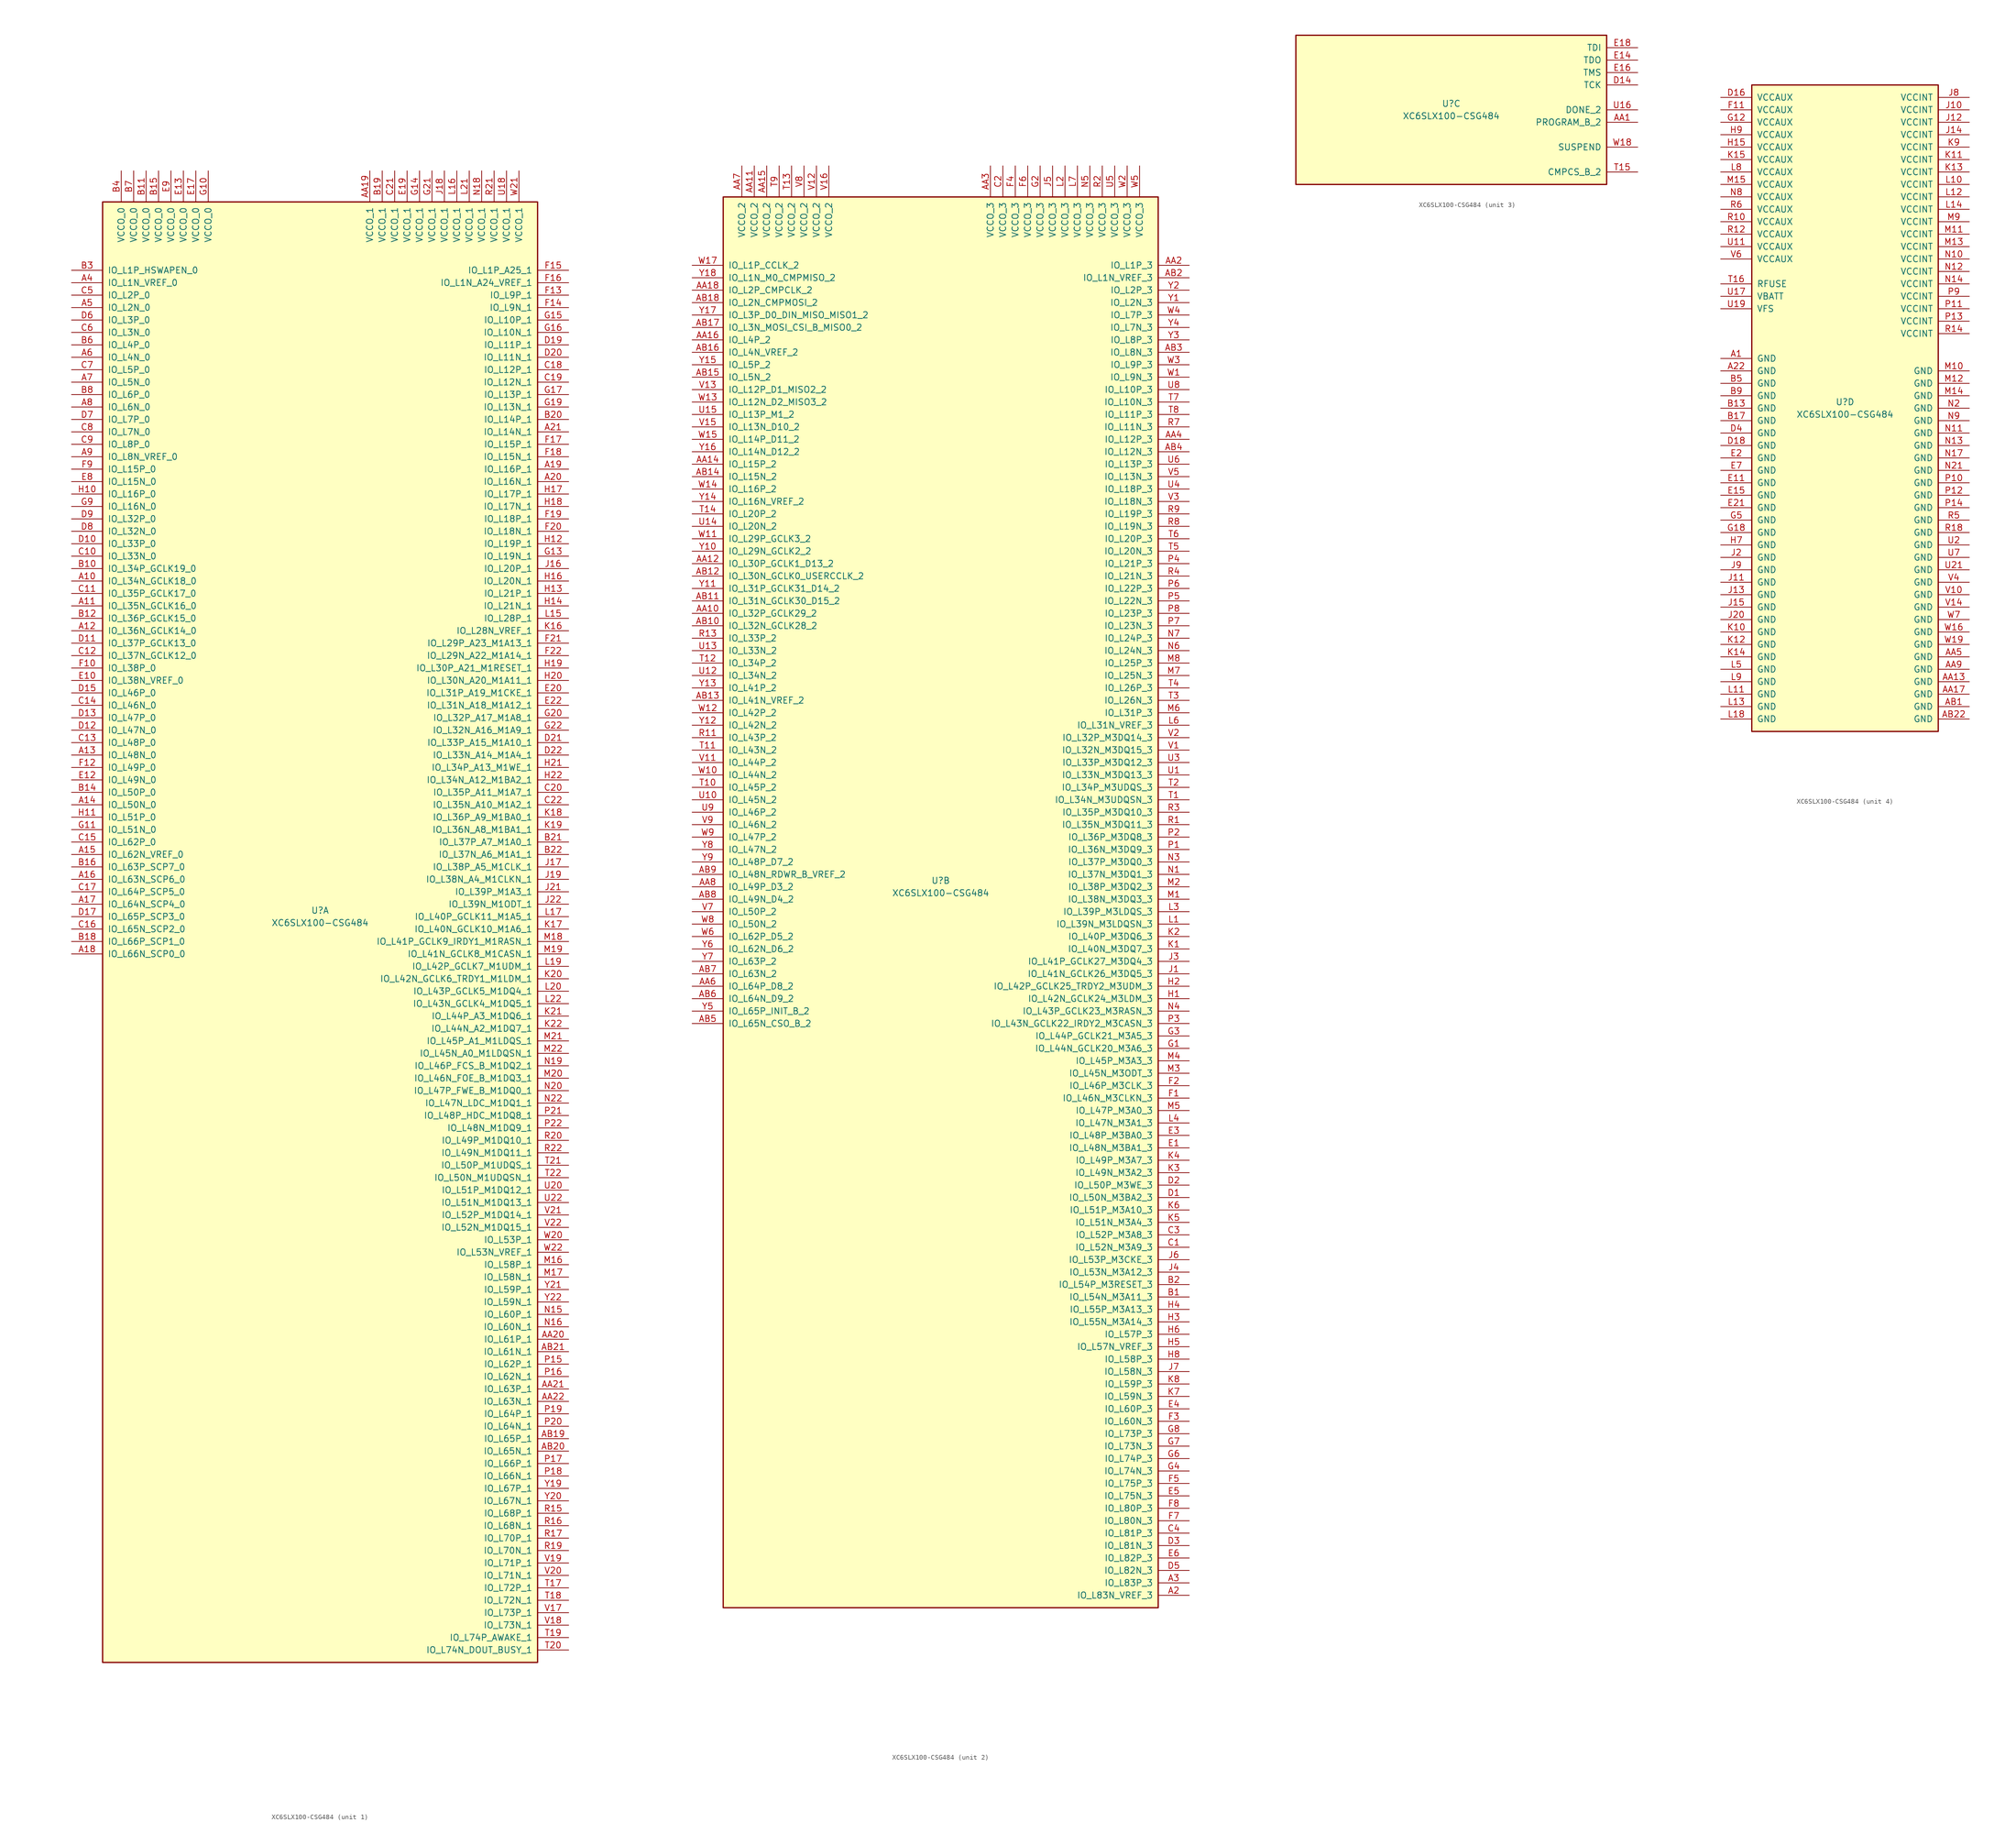
<source format=kicad_sym>
(kicad_symbol_lib
  (version 20220914)
  (generator kicad_symbol_editor)
  (symbol "XC6SLX100-CSG484"
    (pin_names
      (offset 1.016))
    (property "Reference" "U"
      (at 0 1.27 0)
      (effects (font (size 1.27 1.27))))
    (property "Value" "XC6SLX100-CSG484"
      (at 0 -1.27 0)
      (effects (font (size 1.27 1.27))))
    (property "Datasheet" ""
      (at 0 0 0)
      (effects (font (size 1.27 1.27))))
    (property "ki_locked" ""
      (at 0 0 0)
      (effects (font (size 1.27 1.27))))
    (symbol "XC6SLX100-CSG484_1_1"
      (rectangle (start -44.45 146.05) (end 44.45 -152.4) (stroke (width 0.254) (type default)) (fill (type background)))
      (pin bidirectional line (at -50.8 68.58 0) (length 6.35) (name "IO_L34N_GCLK18_0" (effects (font (size 1.27 1.27)))) (number "A10" (effects (font (size 1.27 1.27)))))
      (pin bidirectional line (at -50.8 63.5 0) (length 6.35) (name "IO_L35N_GCLK16_0" (effects (font (size 1.27 1.27)))) (number "A11" (effects (font (size 1.27 1.27)))))
      (pin bidirectional line (at -50.8 58.42 0) (length 6.35) (name "IO_L36N_GCLK14_0" (effects (font (size 1.27 1.27)))) (number "A12" (effects (font (size 1.27 1.27)))))
      (pin bidirectional line (at -50.8 33.02 0) (length 6.35) (name "IO_L48N_0" (effects (font (size 1.27 1.27)))) (number "A13" (effects (font (size 1.27 1.27)))))
      (pin bidirectional line (at -50.8 22.86 0) (length 6.35) (name "IO_L50N_0" (effects (font (size 1.27 1.27)))) (number "A14" (effects (font (size 1.27 1.27)))))
      (pin bidirectional line (at -50.8 12.7 0) (length 6.35) (name "IO_L62N_VREF_0" (effects (font (size 1.27 1.27)))) (number "A15" (effects (font (size 1.27 1.27)))))
      (pin bidirectional line (at -50.8 7.62 0) (length 6.35) (name "IO_L63N_SCP6_0" (effects (font (size 1.27 1.27)))) (number "A16" (effects (font (size 1.27 1.27)))))
      (pin bidirectional line (at -50.8 2.54 0) (length 6.35) (name "IO_L64N_SCP4_0" (effects (font (size 1.27 1.27)))) (number "A17" (effects (font (size 1.27 1.27)))))
      (pin bidirectional line (at -50.8 -7.62 0) (length 6.35) (name "IO_L66N_SCP0_0" (effects (font (size 1.27 1.27)))) (number "A18" (effects (font (size 1.27 1.27)))))
      (pin bidirectional line (at 50.8 91.44 180) (length 6.35) (name "IO_L16P_1" (effects (font (size 1.27 1.27)))) (number "A19" (effects (font (size 1.27 1.27)))))
      (pin bidirectional line (at 50.8 88.9 180) (length 6.35) (name "IO_L16N_1" (effects (font (size 1.27 1.27)))) (number "A20" (effects (font (size 1.27 1.27)))))
      (pin bidirectional line (at 50.8 99.06 180) (length 6.35) (name "IO_L14N_1" (effects (font (size 1.27 1.27)))) (number "A21" (effects (font (size 1.27 1.27)))))
      (pin bidirectional line (at -50.8 129.54 0) (length 6.35) (name "IO_L1N_VREF_0" (effects (font (size 1.27 1.27)))) (number "A4" (effects (font (size 1.27 1.27)))))
      (pin bidirectional line (at -50.8 124.46 0) (length 6.35) (name "IO_L2N_0" (effects (font (size 1.27 1.27)))) (number "A5" (effects (font (size 1.27 1.27)))))
      (pin bidirectional line (at -50.8 114.3 0) (length 6.35) (name "IO_L4N_0" (effects (font (size 1.27 1.27)))) (number "A6" (effects (font (size 1.27 1.27)))))
      (pin bidirectional line (at -50.8 109.22 0) (length 6.35) (name "IO_L5N_0" (effects (font (size 1.27 1.27)))) (number "A7" (effects (font (size 1.27 1.27)))))
      (pin bidirectional line (at -50.8 104.14 0) (length 6.35) (name "IO_L6N_0" (effects (font (size 1.27 1.27)))) (number "A8" (effects (font (size 1.27 1.27)))))
      (pin bidirectional line (at -50.8 93.98 0) (length 6.35) (name "IO_L8N_VREF_0" (effects (font (size 1.27 1.27)))) (number "A9" (effects (font (size 1.27 1.27)))))
      (pin power_in line (at 10.16 152.4 270) (length 6.35) (name "VCCO_1" (effects (font (size 1.27 1.27)))) (number "AA19" (effects (font (size 1.27 1.27)))))
      (pin bidirectional line (at 50.8 -86.36 180) (length 6.35) (name "IO_L61P_1" (effects (font (size 1.27 1.27)))) (number "AA20" (effects (font (size 1.27 1.27)))))
      (pin bidirectional line (at 50.8 -96.52 180) (length 6.35) (name "IO_L63P_1" (effects (font (size 1.27 1.27)))) (number "AA21" (effects (font (size 1.27 1.27)))))
      (pin bidirectional line (at 50.8 -99.06 180) (length 6.35) (name "IO_L63N_1" (effects (font (size 1.27 1.27)))) (number "AA22" (effects (font (size 1.27 1.27)))))
      (pin bidirectional line (at 50.8 -106.68 180) (length 6.35) (name "IO_L65P_1" (effects (font (size 1.27 1.27)))) (number "AB19" (effects (font (size 1.27 1.27)))))
      (pin bidirectional line (at 50.8 -109.22 180) (length 6.35) (name "IO_L65N_1" (effects (font (size 1.27 1.27)))) (number "AB20" (effects (font (size 1.27 1.27)))))
      (pin bidirectional line (at 50.8 -88.9 180) (length 6.35) (name "IO_L61N_1" (effects (font (size 1.27 1.27)))) (number "AB21" (effects (font (size 1.27 1.27)))))
      (pin bidirectional line (at -50.8 71.12 0) (length 6.35) (name "IO_L34P_GCLK19_0" (effects (font (size 1.27 1.27)))) (number "B10" (effects (font (size 1.27 1.27)))))
      (pin power_in line (at -35.56 152.4 270) (length 6.35) (name "VCCO_0" (effects (font (size 1.27 1.27)))) (number "B11" (effects (font (size 1.27 1.27)))))
      (pin bidirectional line (at -50.8 60.96 0) (length 6.35) (name "IO_L36P_GCLK15_0" (effects (font (size 1.27 1.27)))) (number "B12" (effects (font (size 1.27 1.27)))))
      (pin bidirectional line (at -50.8 25.4 0) (length 6.35) (name "IO_L50P_0" (effects (font (size 1.27 1.27)))) (number "B14" (effects (font (size 1.27 1.27)))))
      (pin power_in line (at -33.02 152.4 270) (length 6.35) (name "VCCO_0" (effects (font (size 1.27 1.27)))) (number "B15" (effects (font (size 1.27 1.27)))))
      (pin bidirectional line (at -50.8 10.16 0) (length 6.35) (name "IO_L63P_SCP7_0" (effects (font (size 1.27 1.27)))) (number "B16" (effects (font (size 1.27 1.27)))))
      (pin bidirectional line (at -50.8 -5.08 0) (length 6.35) (name "IO_L66P_SCP1_0" (effects (font (size 1.27 1.27)))) (number "B18" (effects (font (size 1.27 1.27)))))
      (pin power_in line (at 12.7 152.4 270) (length 6.35) (name "VCCO_1" (effects (font (size 1.27 1.27)))) (number "B19" (effects (font (size 1.27 1.27)))))
      (pin bidirectional line (at 50.8 101.6 180) (length 6.35) (name "IO_L14P_1" (effects (font (size 1.27 1.27)))) (number "B20" (effects (font (size 1.27 1.27)))))
      (pin bidirectional line (at 50.8 15.24 180) (length 6.35) (name "IO_L37P_A7_M1A0_1" (effects (font (size 1.27 1.27)))) (number "B21" (effects (font (size 1.27 1.27)))))
      (pin bidirectional line (at 50.8 12.7 180) (length 6.35) (name "IO_L37N_A6_M1A1_1" (effects (font (size 1.27 1.27)))) (number "B22" (effects (font (size 1.27 1.27)))))
      (pin bidirectional line (at -50.8 132.08 0) (length 6.35) (name "IO_L1P_HSWAPEN_0" (effects (font (size 1.27 1.27)))) (number "B3" (effects (font (size 1.27 1.27)))))
      (pin power_in line (at -40.64 152.4 270) (length 6.35) (name "VCCO_0" (effects (font (size 1.27 1.27)))) (number "B4" (effects (font (size 1.27 1.27)))))
      (pin bidirectional line (at -50.8 116.84 0) (length 6.35) (name "IO_L4P_0" (effects (font (size 1.27 1.27)))) (number "B6" (effects (font (size 1.27 1.27)))))
      (pin power_in line (at -38.1 152.4 270) (length 6.35) (name "VCCO_0" (effects (font (size 1.27 1.27)))) (number "B7" (effects (font (size 1.27 1.27)))))
      (pin bidirectional line (at -50.8 106.68 0) (length 6.35) (name "IO_L6P_0" (effects (font (size 1.27 1.27)))) (number "B8" (effects (font (size 1.27 1.27)))))
      (pin bidirectional line (at -50.8 73.66 0) (length 6.35) (name "IO_L33N_0" (effects (font (size 1.27 1.27)))) (number "C10" (effects (font (size 1.27 1.27)))))
      (pin bidirectional line (at -50.8 66.04 0) (length 6.35) (name "IO_L35P_GCLK17_0" (effects (font (size 1.27 1.27)))) (number "C11" (effects (font (size 1.27 1.27)))))
      (pin bidirectional line (at -50.8 53.34 0) (length 6.35) (name "IO_L37N_GCLK12_0" (effects (font (size 1.27 1.27)))) (number "C12" (effects (font (size 1.27 1.27)))))
      (pin bidirectional line (at -50.8 35.56 0) (length 6.35) (name "IO_L48P_0" (effects (font (size 1.27 1.27)))) (number "C13" (effects (font (size 1.27 1.27)))))
      (pin bidirectional line (at -50.8 43.18 0) (length 6.35) (name "IO_L46N_0" (effects (font (size 1.27 1.27)))) (number "C14" (effects (font (size 1.27 1.27)))))
      (pin bidirectional line (at -50.8 15.24 0) (length 6.35) (name "IO_L62P_0" (effects (font (size 1.27 1.27)))) (number "C15" (effects (font (size 1.27 1.27)))))
      (pin bidirectional line (at -50.8 -2.54 0) (length 6.35) (name "IO_L65N_SCP2_0" (effects (font (size 1.27 1.27)))) (number "C16" (effects (font (size 1.27 1.27)))))
      (pin bidirectional line (at -50.8 5.08 0) (length 6.35) (name "IO_L64P_SCP5_0" (effects (font (size 1.27 1.27)))) (number "C17" (effects (font (size 1.27 1.27)))))
      (pin bidirectional line (at 50.8 111.76 180) (length 6.35) (name "IO_L12P_1" (effects (font (size 1.27 1.27)))) (number "C18" (effects (font (size 1.27 1.27)))))
      (pin bidirectional line (at 50.8 109.22 180) (length 6.35) (name "IO_L12N_1" (effects (font (size 1.27 1.27)))) (number "C19" (effects (font (size 1.27 1.27)))))
      (pin bidirectional line (at 50.8 25.4 180) (length 6.35) (name "IO_L35P_A11_M1A7_1" (effects (font (size 1.27 1.27)))) (number "C20" (effects (font (size 1.27 1.27)))))
      (pin power_in line (at 15.24 152.4 270) (length 6.35) (name "VCCO_1" (effects (font (size 1.27 1.27)))) (number "C21" (effects (font (size 1.27 1.27)))))
      (pin bidirectional line (at 50.8 22.86 180) (length 6.35) (name "IO_L35N_A10_M1A2_1" (effects (font (size 1.27 1.27)))) (number "C22" (effects (font (size 1.27 1.27)))))
      (pin bidirectional line (at -50.8 127 0) (length 6.35) (name "IO_L2P_0" (effects (font (size 1.27 1.27)))) (number "C5" (effects (font (size 1.27 1.27)))))
      (pin bidirectional line (at -50.8 119.38 0) (length 6.35) (name "IO_L3N_0" (effects (font (size 1.27 1.27)))) (number "C6" (effects (font (size 1.27 1.27)))))
      (pin bidirectional line (at -50.8 111.76 0) (length 6.35) (name "IO_L5P_0" (effects (font (size 1.27 1.27)))) (number "C7" (effects (font (size 1.27 1.27)))))
      (pin bidirectional line (at -50.8 99.06 0) (length 6.35) (name "IO_L7N_0" (effects (font (size 1.27 1.27)))) (number "C8" (effects (font (size 1.27 1.27)))))
      (pin bidirectional line (at -50.8 96.52 0) (length 6.35) (name "IO_L8P_0" (effects (font (size 1.27 1.27)))) (number "C9" (effects (font (size 1.27 1.27)))))
      (pin bidirectional line (at -50.8 76.2 0) (length 6.35) (name "IO_L33P_0" (effects (font (size 1.27 1.27)))) (number "D10" (effects (font (size 1.27 1.27)))))
      (pin bidirectional line (at -50.8 55.88 0) (length 6.35) (name "IO_L37P_GCLK13_0" (effects (font (size 1.27 1.27)))) (number "D11" (effects (font (size 1.27 1.27)))))
      (pin bidirectional line (at -50.8 38.1 0) (length 6.35) (name "IO_L47N_0" (effects (font (size 1.27 1.27)))) (number "D12" (effects (font (size 1.27 1.27)))))
      (pin bidirectional line (at -50.8 40.64 0) (length 6.35) (name "IO_L47P_0" (effects (font (size 1.27 1.27)))) (number "D13" (effects (font (size 1.27 1.27)))))
      (pin bidirectional line (at -50.8 45.72 0) (length 6.35) (name "IO_L46P_0" (effects (font (size 1.27 1.27)))) (number "D15" (effects (font (size 1.27 1.27)))))
      (pin bidirectional line (at -50.8 0 0) (length 6.35) (name "IO_L65P_SCP3_0" (effects (font (size 1.27 1.27)))) (number "D17" (effects (font (size 1.27 1.27)))))
      (pin bidirectional line (at 50.8 116.84 180) (length 6.35) (name "IO_L11P_1" (effects (font (size 1.27 1.27)))) (number "D19" (effects (font (size 1.27 1.27)))))
      (pin bidirectional line (at 50.8 114.3 180) (length 6.35) (name "IO_L11N_1" (effects (font (size 1.27 1.27)))) (number "D20" (effects (font (size 1.27 1.27)))))
      (pin bidirectional line (at 50.8 35.56 180) (length 6.35) (name "IO_L33P_A15_M1A10_1" (effects (font (size 1.27 1.27)))) (number "D21" (effects (font (size 1.27 1.27)))))
      (pin bidirectional line (at 50.8 33.02 180) (length 6.35) (name "IO_L33N_A14_M1A4_1" (effects (font (size 1.27 1.27)))) (number "D22" (effects (font (size 1.27 1.27)))))
      (pin bidirectional line (at -50.8 121.92 0) (length 6.35) (name "IO_L3P_0" (effects (font (size 1.27 1.27)))) (number "D6" (effects (font (size 1.27 1.27)))))
      (pin bidirectional line (at -50.8 101.6 0) (length 6.35) (name "IO_L7P_0" (effects (font (size 1.27 1.27)))) (number "D7" (effects (font (size 1.27 1.27)))))
      (pin bidirectional line (at -50.8 78.74 0) (length 6.35) (name "IO_L32N_0" (effects (font (size 1.27 1.27)))) (number "D8" (effects (font (size 1.27 1.27)))))
      (pin bidirectional line (at -50.8 81.28 0) (length 6.35) (name "IO_L32P_0" (effects (font (size 1.27 1.27)))) (number "D9" (effects (font (size 1.27 1.27)))))
      (pin bidirectional line (at -50.8 48.26 0) (length 6.35) (name "IO_L38N_VREF_0" (effects (font (size 1.27 1.27)))) (number "E10" (effects (font (size 1.27 1.27)))))
      (pin bidirectional line (at -50.8 27.94 0) (length 6.35) (name "IO_L49N_0" (effects (font (size 1.27 1.27)))) (number "E12" (effects (font (size 1.27 1.27)))))
      (pin power_in line (at -27.94 152.4 270) (length 6.35) (name "VCCO_0" (effects (font (size 1.27 1.27)))) (number "E13" (effects (font (size 1.27 1.27)))))
      (pin power_in line (at -25.4 152.4 270) (length 6.35) (name "VCCO_0" (effects (font (size 1.27 1.27)))) (number "E17" (effects (font (size 1.27 1.27)))))
      (pin power_in line (at 17.78 152.4 270) (length 6.35) (name "VCCO_1" (effects (font (size 1.27 1.27)))) (number "E19" (effects (font (size 1.27 1.27)))))
      (pin bidirectional line (at 50.8 45.72 180) (length 6.35) (name "IO_L31P_A19_M1CKE_1" (effects (font (size 1.27 1.27)))) (number "E20" (effects (font (size 1.27 1.27)))))
      (pin bidirectional line (at 50.8 43.18 180) (length 6.35) (name "IO_L31N_A18_M1A12_1" (effects (font (size 1.27 1.27)))) (number "E22" (effects (font (size 1.27 1.27)))))
      (pin bidirectional line (at -50.8 88.9 0) (length 6.35) (name "IO_L15N_0" (effects (font (size 1.27 1.27)))) (number "E8" (effects (font (size 1.27 1.27)))))
      (pin power_in line (at -30.48 152.4 270) (length 6.35) (name "VCCO_0" (effects (font (size 1.27 1.27)))) (number "E9" (effects (font (size 1.27 1.27)))))
      (pin bidirectional line (at -50.8 50.8 0) (length 6.35) (name "IO_L38P_0" (effects (font (size 1.27 1.27)))) (number "F10" (effects (font (size 1.27 1.27)))))
      (pin bidirectional line (at -50.8 30.48 0) (length 6.35) (name "IO_L49P_0" (effects (font (size 1.27 1.27)))) (number "F12" (effects (font (size 1.27 1.27)))))
      (pin bidirectional line (at 50.8 127 180) (length 6.35) (name "IO_L9P_1" (effects (font (size 1.27 1.27)))) (number "F13" (effects (font (size 1.27 1.27)))))
      (pin bidirectional line (at 50.8 124.46 180) (length 6.35) (name "IO_L9N_1" (effects (font (size 1.27 1.27)))) (number "F14" (effects (font (size 1.27 1.27)))))
      (pin bidirectional line (at 50.8 132.08 180) (length 6.35) (name "IO_L1P_A25_1" (effects (font (size 1.27 1.27)))) (number "F15" (effects (font (size 1.27 1.27)))))
      (pin bidirectional line (at 50.8 129.54 180) (length 6.35) (name "IO_L1N_A24_VREF_1" (effects (font (size 1.27 1.27)))) (number "F16" (effects (font (size 1.27 1.27)))))
      (pin bidirectional line (at 50.8 96.52 180) (length 6.35) (name "IO_L15P_1" (effects (font (size 1.27 1.27)))) (number "F17" (effects (font (size 1.27 1.27)))))
      (pin bidirectional line (at 50.8 93.98 180) (length 6.35) (name "IO_L15N_1" (effects (font (size 1.27 1.27)))) (number "F18" (effects (font (size 1.27 1.27)))))
      (pin bidirectional line (at 50.8 81.28 180) (length 6.35) (name "IO_L18P_1" (effects (font (size 1.27 1.27)))) (number "F19" (effects (font (size 1.27 1.27)))))
      (pin bidirectional line (at 50.8 78.74 180) (length 6.35) (name "IO_L18N_1" (effects (font (size 1.27 1.27)))) (number "F20" (effects (font (size 1.27 1.27)))))
      (pin bidirectional line (at 50.8 55.88 180) (length 6.35) (name "IO_L29P_A23_M1A13_1" (effects (font (size 1.27 1.27)))) (number "F21" (effects (font (size 1.27 1.27)))))
      (pin bidirectional line (at 50.8 53.34 180) (length 6.35) (name "IO_L29N_A22_M1A14_1" (effects (font (size 1.27 1.27)))) (number "F22" (effects (font (size 1.27 1.27)))))
      (pin bidirectional line (at -50.8 91.44 0) (length 6.35) (name "IO_L15P_0" (effects (font (size 1.27 1.27)))) (number "F9" (effects (font (size 1.27 1.27)))))
      (pin power_in line (at -22.86 152.4 270) (length 6.35) (name "VCCO_0" (effects (font (size 1.27 1.27)))) (number "G10" (effects (font (size 1.27 1.27)))))
      (pin bidirectional line (at -50.8 17.78 0) (length 6.35) (name "IO_L51N_0" (effects (font (size 1.27 1.27)))) (number "G11" (effects (font (size 1.27 1.27)))))
      (pin bidirectional line (at 50.8 73.66 180) (length 6.35) (name "IO_L19N_1" (effects (font (size 1.27 1.27)))) (number "G13" (effects (font (size 1.27 1.27)))))
      (pin power_in line (at 20.32 152.4 270) (length 6.35) (name "VCCO_1" (effects (font (size 1.27 1.27)))) (number "G14" (effects (font (size 1.27 1.27)))))
      (pin bidirectional line (at 50.8 121.92 180) (length 6.35) (name "IO_L10P_1" (effects (font (size 1.27 1.27)))) (number "G15" (effects (font (size 1.27 1.27)))))
      (pin bidirectional line (at 50.8 119.38 180) (length 6.35) (name "IO_L10N_1" (effects (font (size 1.27 1.27)))) (number "G16" (effects (font (size 1.27 1.27)))))
      (pin bidirectional line (at 50.8 106.68 180) (length 6.35) (name "IO_L13P_1" (effects (font (size 1.27 1.27)))) (number "G17" (effects (font (size 1.27 1.27)))))
      (pin bidirectional line (at 50.8 104.14 180) (length 6.35) (name "IO_L13N_1" (effects (font (size 1.27 1.27)))) (number "G19" (effects (font (size 1.27 1.27)))))
      (pin bidirectional line (at 50.8 40.64 180) (length 6.35) (name "IO_L32P_A17_M1A8_1" (effects (font (size 1.27 1.27)))) (number "G20" (effects (font (size 1.27 1.27)))))
      (pin power_in line (at 22.86 152.4 270) (length 6.35) (name "VCCO_1" (effects (font (size 1.27 1.27)))) (number "G21" (effects (font (size 1.27 1.27)))))
      (pin bidirectional line (at 50.8 38.1 180) (length 6.35) (name "IO_L32N_A16_M1A9_1" (effects (font (size 1.27 1.27)))) (number "G22" (effects (font (size 1.27 1.27)))))
      (pin bidirectional line (at -50.8 83.82 0) (length 6.35) (name "IO_L16N_0" (effects (font (size 1.27 1.27)))) (number "G9" (effects (font (size 1.27 1.27)))))
      (pin bidirectional line (at -50.8 86.36 0) (length 6.35) (name "IO_L16P_0" (effects (font (size 1.27 1.27)))) (number "H10" (effects (font (size 1.27 1.27)))))
      (pin bidirectional line (at -50.8 20.32 0) (length 6.35) (name "IO_L51P_0" (effects (font (size 1.27 1.27)))) (number "H11" (effects (font (size 1.27 1.27)))))
      (pin bidirectional line (at 50.8 76.2 180) (length 6.35) (name "IO_L19P_1" (effects (font (size 1.27 1.27)))) (number "H12" (effects (font (size 1.27 1.27)))))
      (pin bidirectional line (at 50.8 66.04 180) (length 6.35) (name "IO_L21P_1" (effects (font (size 1.27 1.27)))) (number "H13" (effects (font (size 1.27 1.27)))))
      (pin bidirectional line (at 50.8 63.5 180) (length 6.35) (name "IO_L21N_1" (effects (font (size 1.27 1.27)))) (number "H14" (effects (font (size 1.27 1.27)))))
      (pin bidirectional line (at 50.8 68.58 180) (length 6.35) (name "IO_L20N_1" (effects (font (size 1.27 1.27)))) (number "H16" (effects (font (size 1.27 1.27)))))
      (pin bidirectional line (at 50.8 86.36 180) (length 6.35) (name "IO_L17P_1" (effects (font (size 1.27 1.27)))) (number "H17" (effects (font (size 1.27 1.27)))))
      (pin bidirectional line (at 50.8 83.82 180) (length 6.35) (name "IO_L17N_1" (effects (font (size 1.27 1.27)))) (number "H18" (effects (font (size 1.27 1.27)))))
      (pin bidirectional line (at 50.8 50.8 180) (length 6.35) (name "IO_L30P_A21_M1RESET_1" (effects (font (size 1.27 1.27)))) (number "H19" (effects (font (size 1.27 1.27)))))
      (pin bidirectional line (at 50.8 48.26 180) (length 6.35) (name "IO_L30N_A20_M1A11_1" (effects (font (size 1.27 1.27)))) (number "H20" (effects (font (size 1.27 1.27)))))
      (pin bidirectional line (at 50.8 30.48 180) (length 6.35) (name "IO_L34P_A13_M1WE_1" (effects (font (size 1.27 1.27)))) (number "H21" (effects (font (size 1.27 1.27)))))
      (pin bidirectional line (at 50.8 27.94 180) (length 6.35) (name "IO_L34N_A12_M1BA2_1" (effects (font (size 1.27 1.27)))) (number "H22" (effects (font (size 1.27 1.27)))))
      (pin bidirectional line (at 50.8 71.12 180) (length 6.35) (name "IO_L20P_1" (effects (font (size 1.27 1.27)))) (number "J16" (effects (font (size 1.27 1.27)))))
      (pin bidirectional line (at 50.8 10.16 180) (length 6.35) (name "IO_L38P_A5_M1CLK_1" (effects (font (size 1.27 1.27)))) (number "J17" (effects (font (size 1.27 1.27)))))
      (pin power_in line (at 25.4 152.4 270) (length 6.35) (name "VCCO_1" (effects (font (size 1.27 1.27)))) (number "J18" (effects (font (size 1.27 1.27)))))
      (pin bidirectional line (at 50.8 7.62 180) (length 6.35) (name "IO_L38N_A4_M1CLKN_1" (effects (font (size 1.27 1.27)))) (number "J19" (effects (font (size 1.27 1.27)))))
      (pin bidirectional line (at 50.8 5.08 180) (length 6.35) (name "IO_L39P_M1A3_1" (effects (font (size 1.27 1.27)))) (number "J21" (effects (font (size 1.27 1.27)))))
      (pin bidirectional line (at 50.8 2.54 180) (length 6.35) (name "IO_L39N_M1ODT_1" (effects (font (size 1.27 1.27)))) (number "J22" (effects (font (size 1.27 1.27)))))
      (pin bidirectional line (at 50.8 58.42 180) (length 6.35) (name "IO_L28N_VREF_1" (effects (font (size 1.27 1.27)))) (number "K16" (effects (font (size 1.27 1.27)))))
      (pin bidirectional line (at 50.8 -2.54 180) (length 6.35) (name "IO_L40N_GCLK10_M1A6_1" (effects (font (size 1.27 1.27)))) (number "K17" (effects (font (size 1.27 1.27)))))
      (pin bidirectional line (at 50.8 20.32 180) (length 6.35) (name "IO_L36P_A9_M1BA0_1" (effects (font (size 1.27 1.27)))) (number "K18" (effects (font (size 1.27 1.27)))))
      (pin bidirectional line (at 50.8 17.78 180) (length 6.35) (name "IO_L36N_A8_M1BA1_1" (effects (font (size 1.27 1.27)))) (number "K19" (effects (font (size 1.27 1.27)))))
      (pin bidirectional line (at 50.8 -12.7 180) (length 6.35) (name "IO_L42N_GCLK6_TRDY1_M1LDM_1" (effects (font (size 1.27 1.27)))) (number "K20" (effects (font (size 1.27 1.27)))))
      (pin bidirectional line (at 50.8 -20.32 180) (length 6.35) (name "IO_L44P_A3_M1DQ6_1" (effects (font (size 1.27 1.27)))) (number "K21" (effects (font (size 1.27 1.27)))))
      (pin bidirectional line (at 50.8 -22.86 180) (length 6.35) (name "IO_L44N_A2_M1DQ7_1" (effects (font (size 1.27 1.27)))) (number "K22" (effects (font (size 1.27 1.27)))))
      (pin bidirectional line (at 50.8 60.96 180) (length 6.35) (name "IO_L28P_1" (effects (font (size 1.27 1.27)))) (number "L15" (effects (font (size 1.27 1.27)))))
      (pin power_in line (at 27.94 152.4 270) (length 6.35) (name "VCCO_1" (effects (font (size 1.27 1.27)))) (number "L16" (effects (font (size 1.27 1.27)))))
      (pin bidirectional line (at 50.8 0 180) (length 6.35) (name "IO_L40P_GCLK11_M1A5_1" (effects (font (size 1.27 1.27)))) (number "L17" (effects (font (size 1.27 1.27)))))
      (pin bidirectional line (at 50.8 -10.16 180) (length 6.35) (name "IO_L42P_GCLK7_M1UDM_1" (effects (font (size 1.27 1.27)))) (number "L19" (effects (font (size 1.27 1.27)))))
      (pin bidirectional line (at 50.8 -15.24 180) (length 6.35) (name "IO_L43P_GCLK5_M1DQ4_1" (effects (font (size 1.27 1.27)))) (number "L20" (effects (font (size 1.27 1.27)))))
      (pin power_in line (at 30.48 152.4 270) (length 6.35) (name "VCCO_1" (effects (font (size 1.27 1.27)))) (number "L21" (effects (font (size 1.27 1.27)))))
      (pin bidirectional line (at 50.8 -17.78 180) (length 6.35) (name "IO_L43N_GCLK4_M1DQ5_1" (effects (font (size 1.27 1.27)))) (number "L22" (effects (font (size 1.27 1.27)))))
      (pin bidirectional line (at 50.8 -71.12 180) (length 6.35) (name "IO_L58P_1" (effects (font (size 1.27 1.27)))) (number "M16" (effects (font (size 1.27 1.27)))))
      (pin bidirectional line (at 50.8 -73.66 180) (length 6.35) (name "IO_L58N_1" (effects (font (size 1.27 1.27)))) (number "M17" (effects (font (size 1.27 1.27)))))
      (pin bidirectional line (at 50.8 -5.08 180) (length 6.35) (name "IO_L41P_GCLK9_IRDY1_M1RASN_1" (effects (font (size 1.27 1.27)))) (number "M18" (effects (font (size 1.27 1.27)))))
      (pin bidirectional line (at 50.8 -7.62 180) (length 6.35) (name "IO_L41N_GCLK8_M1CASN_1" (effects (font (size 1.27 1.27)))) (number "M19" (effects (font (size 1.27 1.27)))))
      (pin bidirectional line (at 50.8 -33.02 180) (length 6.35) (name "IO_L46N_FOE_B_M1DQ3_1" (effects (font (size 1.27 1.27)))) (number "M20" (effects (font (size 1.27 1.27)))))
      (pin bidirectional line (at 50.8 -25.4 180) (length 6.35) (name "IO_L45P_A1_M1LDQS_1" (effects (font (size 1.27 1.27)))) (number "M21" (effects (font (size 1.27 1.27)))))
      (pin bidirectional line (at 50.8 -27.94 180) (length 6.35) (name "IO_L45N_A0_M1LDQSN_1" (effects (font (size 1.27 1.27)))) (number "M22" (effects (font (size 1.27 1.27)))))
      (pin bidirectional line (at 50.8 -81.28 180) (length 6.35) (name "IO_L60P_1" (effects (font (size 1.27 1.27)))) (number "N15" (effects (font (size 1.27 1.27)))))
      (pin bidirectional line (at 50.8 -83.82 180) (length 6.35) (name "IO_L60N_1" (effects (font (size 1.27 1.27)))) (number "N16" (effects (font (size 1.27 1.27)))))
      (pin power_in line (at 33.02 152.4 270) (length 6.35) (name "VCCO_1" (effects (font (size 1.27 1.27)))) (number "N18" (effects (font (size 1.27 1.27)))))
      (pin bidirectional line (at 50.8 -30.48 180) (length 6.35) (name "IO_L46P_FCS_B_M1DQ2_1" (effects (font (size 1.27 1.27)))) (number "N19" (effects (font (size 1.27 1.27)))))
      (pin bidirectional line (at 50.8 -35.56 180) (length 6.35) (name "IO_L47P_FWE_B_M1DQ0_1" (effects (font (size 1.27 1.27)))) (number "N20" (effects (font (size 1.27 1.27)))))
      (pin bidirectional line (at 50.8 -38.1 180) (length 6.35) (name "IO_L47N_LDC_M1DQ1_1" (effects (font (size 1.27 1.27)))) (number "N22" (effects (font (size 1.27 1.27)))))
      (pin bidirectional line (at 50.8 -91.44 180) (length 6.35) (name "IO_L62P_1" (effects (font (size 1.27 1.27)))) (number "P15" (effects (font (size 1.27 1.27)))))
      (pin bidirectional line (at 50.8 -93.98 180) (length 6.35) (name "IO_L62N_1" (effects (font (size 1.27 1.27)))) (number "P16" (effects (font (size 1.27 1.27)))))
      (pin bidirectional line (at 50.8 -111.76 180) (length 6.35) (name "IO_L66P_1" (effects (font (size 1.27 1.27)))) (number "P17" (effects (font (size 1.27 1.27)))))
      (pin bidirectional line (at 50.8 -114.3 180) (length 6.35) (name "IO_L66N_1" (effects (font (size 1.27 1.27)))) (number "P18" (effects (font (size 1.27 1.27)))))
      (pin bidirectional line (at 50.8 -101.6 180) (length 6.35) (name "IO_L64P_1" (effects (font (size 1.27 1.27)))) (number "P19" (effects (font (size 1.27 1.27)))))
      (pin bidirectional line (at 50.8 -104.14 180) (length 6.35) (name "IO_L64N_1" (effects (font (size 1.27 1.27)))) (number "P20" (effects (font (size 1.27 1.27)))))
      (pin bidirectional line (at 50.8 -40.64 180) (length 6.35) (name "IO_L48P_HDC_M1DQ8_1" (effects (font (size 1.27 1.27)))) (number "P21" (effects (font (size 1.27 1.27)))))
      (pin bidirectional line (at 50.8 -43.18 180) (length 6.35) (name "IO_L48N_M1DQ9_1" (effects (font (size 1.27 1.27)))) (number "P22" (effects (font (size 1.27 1.27)))))
      (pin bidirectional line (at 50.8 -121.92 180) (length 6.35) (name "IO_L68P_1" (effects (font (size 1.27 1.27)))) (number "R15" (effects (font (size 1.27 1.27)))))
      (pin bidirectional line (at 50.8 -124.46 180) (length 6.35) (name "IO_L68N_1" (effects (font (size 1.27 1.27)))) (number "R16" (effects (font (size 1.27 1.27)))))
      (pin bidirectional line (at 50.8 -127 180) (length 6.35) (name "IO_L70P_1" (effects (font (size 1.27 1.27)))) (number "R17" (effects (font (size 1.27 1.27)))))
      (pin bidirectional line (at 50.8 -129.54 180) (length 6.35) (name "IO_L70N_1" (effects (font (size 1.27 1.27)))) (number "R19" (effects (font (size 1.27 1.27)))))
      (pin bidirectional line (at 50.8 -45.72 180) (length 6.35) (name "IO_L49P_M1DQ10_1" (effects (font (size 1.27 1.27)))) (number "R20" (effects (font (size 1.27 1.27)))))
      (pin power_in line (at 35.56 152.4 270) (length 6.35) (name "VCCO_1" (effects (font (size 1.27 1.27)))) (number "R21" (effects (font (size 1.27 1.27)))))
      (pin bidirectional line (at 50.8 -48.26 180) (length 6.35) (name "IO_L49N_M1DQ11_1" (effects (font (size 1.27 1.27)))) (number "R22" (effects (font (size 1.27 1.27)))))
      (pin bidirectional line (at 50.8 -137.16 180) (length 6.35) (name "IO_L72P_1" (effects (font (size 1.27 1.27)))) (number "T17" (effects (font (size 1.27 1.27)))))
      (pin bidirectional line (at 50.8 -139.7 180) (length 6.35) (name "IO_L72N_1" (effects (font (size 1.27 1.27)))) (number "T18" (effects (font (size 1.27 1.27)))))
      (pin bidirectional line (at 50.8 -147.32 180) (length 6.35) (name "IO_L74P_AWAKE_1" (effects (font (size 1.27 1.27)))) (number "T19" (effects (font (size 1.27 1.27)))))
      (pin bidirectional line (at 50.8 -149.86 180) (length 6.35) (name "IO_L74N_DOUT_BUSY_1" (effects (font (size 1.27 1.27)))) (number "T20" (effects (font (size 1.27 1.27)))))
      (pin bidirectional line (at 50.8 -50.8 180) (length 6.35) (name "IO_L50P_M1UDQS_1" (effects (font (size 1.27 1.27)))) (number "T21" (effects (font (size 1.27 1.27)))))
      (pin bidirectional line (at 50.8 -53.34 180) (length 6.35) (name "IO_L50N_M1UDQSN_1" (effects (font (size 1.27 1.27)))) (number "T22" (effects (font (size 1.27 1.27)))))
      (pin power_in line (at 38.1 152.4 270) (length 6.35) (name "VCCO_1" (effects (font (size 1.27 1.27)))) (number "U18" (effects (font (size 1.27 1.27)))))
      (pin bidirectional line (at 50.8 -55.88 180) (length 6.35) (name "IO_L51P_M1DQ12_1" (effects (font (size 1.27 1.27)))) (number "U20" (effects (font (size 1.27 1.27)))))
      (pin bidirectional line (at 50.8 -58.42 180) (length 6.35) (name "IO_L51N_M1DQ13_1" (effects (font (size 1.27 1.27)))) (number "U22" (effects (font (size 1.27 1.27)))))
      (pin bidirectional line (at 50.8 -142.24 180) (length 6.35) (name "IO_L73P_1" (effects (font (size 1.27 1.27)))) (number "V17" (effects (font (size 1.27 1.27)))))
      (pin bidirectional line (at 50.8 -144.78 180) (length 6.35) (name "IO_L73N_1" (effects (font (size 1.27 1.27)))) (number "V18" (effects (font (size 1.27 1.27)))))
      (pin bidirectional line (at 50.8 -132.08 180) (length 6.35) (name "IO_L71P_1" (effects (font (size 1.27 1.27)))) (number "V19" (effects (font (size 1.27 1.27)))))
      (pin bidirectional line (at 50.8 -134.62 180) (length 6.35) (name "IO_L71N_1" (effects (font (size 1.27 1.27)))) (number "V20" (effects (font (size 1.27 1.27)))))
      (pin bidirectional line (at 50.8 -60.96 180) (length 6.35) (name "IO_L52P_M1DQ14_1" (effects (font (size 1.27 1.27)))) (number "V21" (effects (font (size 1.27 1.27)))))
      (pin bidirectional line (at 50.8 -63.5 180) (length 6.35) (name "IO_L52N_M1DQ15_1" (effects (font (size 1.27 1.27)))) (number "V22" (effects (font (size 1.27 1.27)))))
      (pin bidirectional line (at 50.8 -66.04 180) (length 6.35) (name "IO_L53P_1" (effects (font (size 1.27 1.27)))) (number "W20" (effects (font (size 1.27 1.27)))))
      (pin power_in line (at 40.64 152.4 270) (length 6.35) (name "VCCO_1" (effects (font (size 1.27 1.27)))) (number "W21" (effects (font (size 1.27 1.27)))))
      (pin bidirectional line (at 50.8 -68.58 180) (length 6.35) (name "IO_L53N_VREF_1" (effects (font (size 1.27 1.27)))) (number "W22" (effects (font (size 1.27 1.27)))))
      (pin bidirectional line (at 50.8 -116.84 180) (length 6.35) (name "IO_L67P_1" (effects (font (size 1.27 1.27)))) (number "Y19" (effects (font (size 1.27 1.27)))))
      (pin bidirectional line (at 50.8 -119.38 180) (length 6.35) (name "IO_L67N_1" (effects (font (size 1.27 1.27)))) (number "Y20" (effects (font (size 1.27 1.27)))))
      (pin bidirectional line (at 50.8 -76.2 180) (length 6.35) (name "IO_L59P_1" (effects (font (size 1.27 1.27)))) (number "Y21" (effects (font (size 1.27 1.27)))))
      (pin bidirectional line (at 50.8 -78.74 180) (length 6.35) (name "IO_L59N_1" (effects (font (size 1.27 1.27)))) (number "Y22" (effects (font (size 1.27 1.27))))))
    (symbol "XC6SLX100-CSG484_2_1"
      (rectangle (start -44.45 140.97) (end 44.45 -147.32) (stroke (width 0.254) (type default)) (fill (type background)))
      (pin bidirectional line (at 50.8 -144.78 180) (length 6.35) (name "IO_L83N_VREF_3" (effects (font (size 1.27 1.27)))) (number "A2" (effects (font (size 1.27 1.27)))))
      (pin bidirectional line (at 50.8 -142.24 180) (length 6.35) (name "IO_L83P_3" (effects (font (size 1.27 1.27)))) (number "A3" (effects (font (size 1.27 1.27)))))
      (pin bidirectional line (at -50.8 55.88 0) (length 6.35) (name "IO_L32P_GCLK29_2" (effects (font (size 1.27 1.27)))) (number "AA10" (effects (font (size 1.27 1.27)))))
      (pin power_in line (at -38.1 147.32 270) (length 6.35) (name "VCCO_2" (effects (font (size 1.27 1.27)))) (number "AA11" (effects (font (size 1.27 1.27)))))
      (pin bidirectional line (at -50.8 66.04 0) (length 6.35) (name "IO_L30P_GCLK1_D13_2" (effects (font (size 1.27 1.27)))) (number "AA12" (effects (font (size 1.27 1.27)))))
      (pin bidirectional line (at -50.8 86.36 0) (length 6.35) (name "IO_L15P_2" (effects (font (size 1.27 1.27)))) (number "AA14" (effects (font (size 1.27 1.27)))))
      (pin power_in line (at -35.56 147.32 270) (length 6.35) (name "VCCO_2" (effects (font (size 1.27 1.27)))) (number "AA15" (effects (font (size 1.27 1.27)))))
      (pin bidirectional line (at -50.8 111.76 0) (length 6.35) (name "IO_L4P_2" (effects (font (size 1.27 1.27)))) (number "AA16" (effects (font (size 1.27 1.27)))))
      (pin bidirectional line (at -50.8 121.92 0) (length 6.35) (name "IO_L2P_CMPCLK_2" (effects (font (size 1.27 1.27)))) (number "AA18" (effects (font (size 1.27 1.27)))))
      (pin bidirectional line (at 50.8 127 180) (length 6.35) (name "IO_L1P_3" (effects (font (size 1.27 1.27)))) (number "AA2" (effects (font (size 1.27 1.27)))))
      (pin power_in line (at 10.16 147.32 270) (length 6.35) (name "VCCO_3" (effects (font (size 1.27 1.27)))) (number "AA3" (effects (font (size 1.27 1.27)))))
      (pin bidirectional line (at 50.8 91.44 180) (length 6.35) (name "IO_L12P_3" (effects (font (size 1.27 1.27)))) (number "AA4" (effects (font (size 1.27 1.27)))))
      (pin bidirectional line (at -50.8 -20.32 0) (length 6.35) (name "IO_L64P_D8_2" (effects (font (size 1.27 1.27)))) (number "AA6" (effects (font (size 1.27 1.27)))))
      (pin power_in line (at -40.64 147.32 270) (length 6.35) (name "VCCO_2" (effects (font (size 1.27 1.27)))) (number "AA7" (effects (font (size 1.27 1.27)))))
      (pin bidirectional line (at -50.8 0 0) (length 6.35) (name "IO_L49P_D3_2" (effects (font (size 1.27 1.27)))) (number "AA8" (effects (font (size 1.27 1.27)))))
      (pin bidirectional line (at -50.8 53.34 0) (length 6.35) (name "IO_L32N_GCLK28_2" (effects (font (size 1.27 1.27)))) (number "AB10" (effects (font (size 1.27 1.27)))))
      (pin bidirectional line (at -50.8 58.42 0) (length 6.35) (name "IO_L31N_GCLK30_D15_2" (effects (font (size 1.27 1.27)))) (number "AB11" (effects (font (size 1.27 1.27)))))
      (pin bidirectional line (at -50.8 63.5 0) (length 6.35) (name "IO_L30N_GCLK0_USERCCLK_2" (effects (font (size 1.27 1.27)))) (number "AB12" (effects (font (size 1.27 1.27)))))
      (pin bidirectional line (at -50.8 38.1 0) (length 6.35) (name "IO_L41N_VREF_2" (effects (font (size 1.27 1.27)))) (number "AB13" (effects (font (size 1.27 1.27)))))
      (pin bidirectional line (at -50.8 83.82 0) (length 6.35) (name "IO_L15N_2" (effects (font (size 1.27 1.27)))) (number "AB14" (effects (font (size 1.27 1.27)))))
      (pin bidirectional line (at -50.8 104.14 0) (length 6.35) (name "IO_L5N_2" (effects (font (size 1.27 1.27)))) (number "AB15" (effects (font (size 1.27 1.27)))))
      (pin bidirectional line (at -50.8 109.22 0) (length 6.35) (name "IO_L4N_VREF_2" (effects (font (size 1.27 1.27)))) (number "AB16" (effects (font (size 1.27 1.27)))))
      (pin bidirectional line (at -50.8 114.3 0) (length 6.35) (name "IO_L3N_MOSI_CSI_B_MISO0_2" (effects (font (size 1.27 1.27)))) (number "AB17" (effects (font (size 1.27 1.27)))))
      (pin bidirectional line (at -50.8 119.38 0) (length 6.35) (name "IO_L2N_CMPMOSI_2" (effects (font (size 1.27 1.27)))) (number "AB18" (effects (font (size 1.27 1.27)))))
      (pin bidirectional line (at 50.8 124.46 180) (length 6.35) (name "IO_L1N_VREF_3" (effects (font (size 1.27 1.27)))) (number "AB2" (effects (font (size 1.27 1.27)))))
      (pin bidirectional line (at 50.8 109.22 180) (length 6.35) (name "IO_L8N_3" (effects (font (size 1.27 1.27)))) (number "AB3" (effects (font (size 1.27 1.27)))))
      (pin bidirectional line (at 50.8 88.9 180) (length 6.35) (name "IO_L12N_3" (effects (font (size 1.27 1.27)))) (number "AB4" (effects (font (size 1.27 1.27)))))
      (pin bidirectional line (at -50.8 -27.94 0) (length 6.35) (name "IO_L65N_CSO_B_2" (effects (font (size 1.27 1.27)))) (number "AB5" (effects (font (size 1.27 1.27)))))
      (pin bidirectional line (at -50.8 -22.86 0) (length 6.35) (name "IO_L64N_D9_2" (effects (font (size 1.27 1.27)))) (number "AB6" (effects (font (size 1.27 1.27)))))
      (pin bidirectional line (at -50.8 -17.78 0) (length 6.35) (name "IO_L63N_2" (effects (font (size 1.27 1.27)))) (number "AB7" (effects (font (size 1.27 1.27)))))
      (pin bidirectional line (at -50.8 -2.54 0) (length 6.35) (name "IO_L49N_D4_2" (effects (font (size 1.27 1.27)))) (number "AB8" (effects (font (size 1.27 1.27)))))
      (pin bidirectional line (at -50.8 2.54 0) (length 6.35) (name "IO_L48N_RDWR_B_VREF_2" (effects (font (size 1.27 1.27)))) (number "AB9" (effects (font (size 1.27 1.27)))))
      (pin bidirectional line (at 50.8 -83.82 180) (length 6.35) (name "IO_L54N_M3A11_3" (effects (font (size 1.27 1.27)))) (number "B1" (effects (font (size 1.27 1.27)))))
      (pin bidirectional line (at 50.8 -81.28 180) (length 6.35) (name "IO_L54P_M3RESET_3" (effects (font (size 1.27 1.27)))) (number "B2" (effects (font (size 1.27 1.27)))))
      (pin bidirectional line (at 50.8 -73.66 180) (length 6.35) (name "IO_L52N_M3A9_3" (effects (font (size 1.27 1.27)))) (number "C1" (effects (font (size 1.27 1.27)))))
      (pin power_in line (at 12.7 147.32 270) (length 6.35) (name "VCCO_3" (effects (font (size 1.27 1.27)))) (number "C2" (effects (font (size 1.27 1.27)))))
      (pin bidirectional line (at 50.8 -71.12 180) (length 6.35) (name "IO_L52P_M3A8_3" (effects (font (size 1.27 1.27)))) (number "C3" (effects (font (size 1.27 1.27)))))
      (pin bidirectional line (at 50.8 -132.08 180) (length 6.35) (name "IO_L81P_3" (effects (font (size 1.27 1.27)))) (number "C4" (effects (font (size 1.27 1.27)))))
      (pin bidirectional line (at 50.8 -63.5 180) (length 6.35) (name "IO_L50N_M3BA2_3" (effects (font (size 1.27 1.27)))) (number "D1" (effects (font (size 1.27 1.27)))))
      (pin bidirectional line (at 50.8 -60.96 180) (length 6.35) (name "IO_L50P_M3WE_3" (effects (font (size 1.27 1.27)))) (number "D2" (effects (font (size 1.27 1.27)))))
      (pin bidirectional line (at 50.8 -134.62 180) (length 6.35) (name "IO_L81N_3" (effects (font (size 1.27 1.27)))) (number "D3" (effects (font (size 1.27 1.27)))))
      (pin bidirectional line (at 50.8 -139.7 180) (length 6.35) (name "IO_L82N_3" (effects (font (size 1.27 1.27)))) (number "D5" (effects (font (size 1.27 1.27)))))
      (pin bidirectional line (at 50.8 -53.34 180) (length 6.35) (name "IO_L48N_M3BA1_3" (effects (font (size 1.27 1.27)))) (number "E1" (effects (font (size 1.27 1.27)))))
      (pin bidirectional line (at 50.8 -50.8 180) (length 6.35) (name "IO_L48P_M3BA0_3" (effects (font (size 1.27 1.27)))) (number "E3" (effects (font (size 1.27 1.27)))))
      (pin bidirectional line (at 50.8 -106.68 180) (length 6.35) (name "IO_L60P_3" (effects (font (size 1.27 1.27)))) (number "E4" (effects (font (size 1.27 1.27)))))
      (pin bidirectional line (at 50.8 -124.46 180) (length 6.35) (name "IO_L75N_3" (effects (font (size 1.27 1.27)))) (number "E5" (effects (font (size 1.27 1.27)))))
      (pin bidirectional line (at 50.8 -137.16 180) (length 6.35) (name "IO_L82P_3" (effects (font (size 1.27 1.27)))) (number "E6" (effects (font (size 1.27 1.27)))))
      (pin bidirectional line (at 50.8 -43.18 180) (length 6.35) (name "IO_L46N_M3CLKN_3" (effects (font (size 1.27 1.27)))) (number "F1" (effects (font (size 1.27 1.27)))))
      (pin bidirectional line (at 50.8 -40.64 180) (length 6.35) (name "IO_L46P_M3CLK_3" (effects (font (size 1.27 1.27)))) (number "F2" (effects (font (size 1.27 1.27)))))
      (pin bidirectional line (at 50.8 -109.22 180) (length 6.35) (name "IO_L60N_3" (effects (font (size 1.27 1.27)))) (number "F3" (effects (font (size 1.27 1.27)))))
      (pin power_in line (at 15.24 147.32 270) (length 6.35) (name "VCCO_3" (effects (font (size 1.27 1.27)))) (number "F4" (effects (font (size 1.27 1.27)))))
      (pin bidirectional line (at 50.8 -121.92 180) (length 6.35) (name "IO_L75P_3" (effects (font (size 1.27 1.27)))) (number "F5" (effects (font (size 1.27 1.27)))))
      (pin power_in line (at 17.78 147.32 270) (length 6.35) (name "VCCO_3" (effects (font (size 1.27 1.27)))) (number "F6" (effects (font (size 1.27 1.27)))))
      (pin bidirectional line (at 50.8 -129.54 180) (length 6.35) (name "IO_L80N_3" (effects (font (size 1.27 1.27)))) (number "F7" (effects (font (size 1.27 1.27)))))
      (pin bidirectional line (at 50.8 -127 180) (length 6.35) (name "IO_L80P_3" (effects (font (size 1.27 1.27)))) (number "F8" (effects (font (size 1.27 1.27)))))
      (pin bidirectional line (at 50.8 -33.02 180) (length 6.35) (name "IO_L44N_GCLK20_M3A6_3" (effects (font (size 1.27 1.27)))) (number "G1" (effects (font (size 1.27 1.27)))))
      (pin power_in line (at 20.32 147.32 270) (length 6.35) (name "VCCO_3" (effects (font (size 1.27 1.27)))) (number "G2" (effects (font (size 1.27 1.27)))))
      (pin bidirectional line (at 50.8 -30.48 180) (length 6.35) (name "IO_L44P_GCLK21_M3A5_3" (effects (font (size 1.27 1.27)))) (number "G3" (effects (font (size 1.27 1.27)))))
      (pin bidirectional line (at 50.8 -119.38 180) (length 6.35) (name "IO_L74N_3" (effects (font (size 1.27 1.27)))) (number "G4" (effects (font (size 1.27 1.27)))))
      (pin bidirectional line (at 50.8 -116.84 180) (length 6.35) (name "IO_L74P_3" (effects (font (size 1.27 1.27)))) (number "G6" (effects (font (size 1.27 1.27)))))
      (pin bidirectional line (at 50.8 -114.3 180) (length 6.35) (name "IO_L73N_3" (effects (font (size 1.27 1.27)))) (number "G7" (effects (font (size 1.27 1.27)))))
      (pin bidirectional line (at 50.8 -111.76 180) (length 6.35) (name "IO_L73P_3" (effects (font (size 1.27 1.27)))) (number "G8" (effects (font (size 1.27 1.27)))))
      (pin bidirectional line (at 50.8 -22.86 180) (length 6.35) (name "IO_L42N_GCLK24_M3LDM_3" (effects (font (size 1.27 1.27)))) (number "H1" (effects (font (size 1.27 1.27)))))
      (pin bidirectional line (at 50.8 -20.32 180) (length 6.35) (name "IO_L42P_GCLK25_TRDY2_M3UDM_3" (effects (font (size 1.27 1.27)))) (number "H2" (effects (font (size 1.27 1.27)))))
      (pin bidirectional line (at 50.8 -88.9 180) (length 6.35) (name "IO_L55N_M3A14_3" (effects (font (size 1.27 1.27)))) (number "H3" (effects (font (size 1.27 1.27)))))
      (pin bidirectional line (at 50.8 -86.36 180) (length 6.35) (name "IO_L55P_M3A13_3" (effects (font (size 1.27 1.27)))) (number "H4" (effects (font (size 1.27 1.27)))))
      (pin bidirectional line (at 50.8 -93.98 180) (length 6.35) (name "IO_L57N_VREF_3" (effects (font (size 1.27 1.27)))) (number "H5" (effects (font (size 1.27 1.27)))))
      (pin bidirectional line (at 50.8 -91.44 180) (length 6.35) (name "IO_L57P_3" (effects (font (size 1.27 1.27)))) (number "H6" (effects (font (size 1.27 1.27)))))
      (pin bidirectional line (at 50.8 -96.52 180) (length 6.35) (name "IO_L58P_3" (effects (font (size 1.27 1.27)))) (number "H8" (effects (font (size 1.27 1.27)))))
      (pin bidirectional line (at 50.8 -17.78 180) (length 6.35) (name "IO_L41N_GCLK26_M3DQ5_3" (effects (font (size 1.27 1.27)))) (number "J1" (effects (font (size 1.27 1.27)))))
      (pin bidirectional line (at 50.8 -15.24 180) (length 6.35) (name "IO_L41P_GCLK27_M3DQ4_3" (effects (font (size 1.27 1.27)))) (number "J3" (effects (font (size 1.27 1.27)))))
      (pin bidirectional line (at 50.8 -78.74 180) (length 6.35) (name "IO_L53N_M3A12_3" (effects (font (size 1.27 1.27)))) (number "J4" (effects (font (size 1.27 1.27)))))
      (pin power_in line (at 22.86 147.32 270) (length 6.35) (name "VCCO_3" (effects (font (size 1.27 1.27)))) (number "J5" (effects (font (size 1.27 1.27)))))
      (pin bidirectional line (at 50.8 -76.2 180) (length 6.35) (name "IO_L53P_M3CKE_3" (effects (font (size 1.27 1.27)))) (number "J6" (effects (font (size 1.27 1.27)))))
      (pin bidirectional line (at 50.8 -99.06 180) (length 6.35) (name "IO_L58N_3" (effects (font (size 1.27 1.27)))) (number "J7" (effects (font (size 1.27 1.27)))))
      (pin bidirectional line (at 50.8 -12.7 180) (length 6.35) (name "IO_L40N_M3DQ7_3" (effects (font (size 1.27 1.27)))) (number "K1" (effects (font (size 1.27 1.27)))))
      (pin bidirectional line (at 50.8 -10.16 180) (length 6.35) (name "IO_L40P_M3DQ6_3" (effects (font (size 1.27 1.27)))) (number "K2" (effects (font (size 1.27 1.27)))))
      (pin bidirectional line (at 50.8 -58.42 180) (length 6.35) (name "IO_L49N_M3A2_3" (effects (font (size 1.27 1.27)))) (number "K3" (effects (font (size 1.27 1.27)))))
      (pin bidirectional line (at 50.8 -55.88 180) (length 6.35) (name "IO_L49P_M3A7_3" (effects (font (size 1.27 1.27)))) (number "K4" (effects (font (size 1.27 1.27)))))
      (pin bidirectional line (at 50.8 -68.58 180) (length 6.35) (name "IO_L51N_M3A4_3" (effects (font (size 1.27 1.27)))) (number "K5" (effects (font (size 1.27 1.27)))))
      (pin bidirectional line (at 50.8 -66.04 180) (length 6.35) (name "IO_L51P_M3A10_3" (effects (font (size 1.27 1.27)))) (number "K6" (effects (font (size 1.27 1.27)))))
      (pin bidirectional line (at 50.8 -104.14 180) (length 6.35) (name "IO_L59N_3" (effects (font (size 1.27 1.27)))) (number "K7" (effects (font (size 1.27 1.27)))))
      (pin bidirectional line (at 50.8 -101.6 180) (length 6.35) (name "IO_L59P_3" (effects (font (size 1.27 1.27)))) (number "K8" (effects (font (size 1.27 1.27)))))
      (pin bidirectional line (at 50.8 -7.62 180) (length 6.35) (name "IO_L39N_M3LDQSN_3" (effects (font (size 1.27 1.27)))) (number "L1" (effects (font (size 1.27 1.27)))))
      (pin power_in line (at 25.4 147.32 270) (length 6.35) (name "VCCO_3" (effects (font (size 1.27 1.27)))) (number "L2" (effects (font (size 1.27 1.27)))))
      (pin bidirectional line (at 50.8 -5.08 180) (length 6.35) (name "IO_L39P_M3LDQS_3" (effects (font (size 1.27 1.27)))) (number "L3" (effects (font (size 1.27 1.27)))))
      (pin bidirectional line (at 50.8 -48.26 180) (length 6.35) (name "IO_L47N_M3A1_3" (effects (font (size 1.27 1.27)))) (number "L4" (effects (font (size 1.27 1.27)))))
      (pin bidirectional line (at 50.8 33.02 180) (length 6.35) (name "IO_L31N_VREF_3" (effects (font (size 1.27 1.27)))) (number "L6" (effects (font (size 1.27 1.27)))))
      (pin power_in line (at 27.94 147.32 270) (length 6.35) (name "VCCO_3" (effects (font (size 1.27 1.27)))) (number "L7" (effects (font (size 1.27 1.27)))))
      (pin bidirectional line (at 50.8 -2.54 180) (length 6.35) (name "IO_L38N_M3DQ3_3" (effects (font (size 1.27 1.27)))) (number "M1" (effects (font (size 1.27 1.27)))))
      (pin bidirectional line (at 50.8 0 180) (length 6.35) (name "IO_L38P_M3DQ2_3" (effects (font (size 1.27 1.27)))) (number "M2" (effects (font (size 1.27 1.27)))))
      (pin bidirectional line (at 50.8 -38.1 180) (length 6.35) (name "IO_L45N_M3ODT_3" (effects (font (size 1.27 1.27)))) (number "M3" (effects (font (size 1.27 1.27)))))
      (pin bidirectional line (at 50.8 -35.56 180) (length 6.35) (name "IO_L45P_M3A3_3" (effects (font (size 1.27 1.27)))) (number "M4" (effects (font (size 1.27 1.27)))))
      (pin bidirectional line (at 50.8 -45.72 180) (length 6.35) (name "IO_L47P_M3A0_3" (effects (font (size 1.27 1.27)))) (number "M5" (effects (font (size 1.27 1.27)))))
      (pin bidirectional line (at 50.8 35.56 180) (length 6.35) (name "IO_L31P_3" (effects (font (size 1.27 1.27)))) (number "M6" (effects (font (size 1.27 1.27)))))
      (pin bidirectional line (at 50.8 43.18 180) (length 6.35) (name "IO_L25N_3" (effects (font (size 1.27 1.27)))) (number "M7" (effects (font (size 1.27 1.27)))))
      (pin bidirectional line (at 50.8 45.72 180) (length 6.35) (name "IO_L25P_3" (effects (font (size 1.27 1.27)))) (number "M8" (effects (font (size 1.27 1.27)))))
      (pin bidirectional line (at 50.8 2.54 180) (length 6.35) (name "IO_L37N_M3DQ1_3" (effects (font (size 1.27 1.27)))) (number "N1" (effects (font (size 1.27 1.27)))))
      (pin bidirectional line (at 50.8 5.08 180) (length 6.35) (name "IO_L37P_M3DQ0_3" (effects (font (size 1.27 1.27)))) (number "N3" (effects (font (size 1.27 1.27)))))
      (pin bidirectional line (at 50.8 -25.4 180) (length 6.35) (name "IO_L43P_GCLK23_M3RASN_3" (effects (font (size 1.27 1.27)))) (number "N4" (effects (font (size 1.27 1.27)))))
      (pin power_in line (at 30.48 147.32 270) (length 6.35) (name "VCCO_3" (effects (font (size 1.27 1.27)))) (number "N5" (effects (font (size 1.27 1.27)))))
      (pin bidirectional line (at 50.8 48.26 180) (length 6.35) (name "IO_L24N_3" (effects (font (size 1.27 1.27)))) (number "N6" (effects (font (size 1.27 1.27)))))
      (pin bidirectional line (at 50.8 50.8 180) (length 6.35) (name "IO_L24P_3" (effects (font (size 1.27 1.27)))) (number "N7" (effects (font (size 1.27 1.27)))))
      (pin bidirectional line (at 50.8 7.62 180) (length 6.35) (name "IO_L36N_M3DQ9_3" (effects (font (size 1.27 1.27)))) (number "P1" (effects (font (size 1.27 1.27)))))
      (pin bidirectional line (at 50.8 10.16 180) (length 6.35) (name "IO_L36P_M3DQ8_3" (effects (font (size 1.27 1.27)))) (number "P2" (effects (font (size 1.27 1.27)))))
      (pin bidirectional line (at 50.8 -27.94 180) (length 6.35) (name "IO_L43N_GCLK22_IRDY2_M3CASN_3" (effects (font (size 1.27 1.27)))) (number "P3" (effects (font (size 1.27 1.27)))))
      (pin bidirectional line (at 50.8 66.04 180) (length 6.35) (name "IO_L21P_3" (effects (font (size 1.27 1.27)))) (number "P4" (effects (font (size 1.27 1.27)))))
      (pin bidirectional line (at 50.8 58.42 180) (length 6.35) (name "IO_L22N_3" (effects (font (size 1.27 1.27)))) (number "P5" (effects (font (size 1.27 1.27)))))
      (pin bidirectional line (at 50.8 60.96 180) (length 6.35) (name "IO_L22P_3" (effects (font (size 1.27 1.27)))) (number "P6" (effects (font (size 1.27 1.27)))))
      (pin bidirectional line (at 50.8 53.34 180) (length 6.35) (name "IO_L23N_3" (effects (font (size 1.27 1.27)))) (number "P7" (effects (font (size 1.27 1.27)))))
      (pin bidirectional line (at 50.8 55.88 180) (length 6.35) (name "IO_L23P_3" (effects (font (size 1.27 1.27)))) (number "P8" (effects (font (size 1.27 1.27)))))
      (pin bidirectional line (at 50.8 12.7 180) (length 6.35) (name "IO_L35N_M3DQ11_3" (effects (font (size 1.27 1.27)))) (number "R1" (effects (font (size 1.27 1.27)))))
      (pin bidirectional line (at -50.8 30.48 0) (length 6.35) (name "IO_L43P_2" (effects (font (size 1.27 1.27)))) (number "R11" (effects (font (size 1.27 1.27)))))
      (pin bidirectional line (at -50.8 50.8 0) (length 6.35) (name "IO_L33P_2" (effects (font (size 1.27 1.27)))) (number "R13" (effects (font (size 1.27 1.27)))))
      (pin power_in line (at 33.02 147.32 270) (length 6.35) (name "VCCO_3" (effects (font (size 1.27 1.27)))) (number "R2" (effects (font (size 1.27 1.27)))))
      (pin bidirectional line (at 50.8 15.24 180) (length 6.35) (name "IO_L35P_M3DQ10_3" (effects (font (size 1.27 1.27)))) (number "R3" (effects (font (size 1.27 1.27)))))
      (pin bidirectional line (at 50.8 63.5 180) (length 6.35) (name "IO_L21N_3" (effects (font (size 1.27 1.27)))) (number "R4" (effects (font (size 1.27 1.27)))))
      (pin bidirectional line (at 50.8 93.98 180) (length 6.35) (name "IO_L11N_3" (effects (font (size 1.27 1.27)))) (number "R7" (effects (font (size 1.27 1.27)))))
      (pin bidirectional line (at 50.8 73.66 180) (length 6.35) (name "IO_L19N_3" (effects (font (size 1.27 1.27)))) (number "R8" (effects (font (size 1.27 1.27)))))
      (pin bidirectional line (at 50.8 76.2 180) (length 6.35) (name "IO_L19P_3" (effects (font (size 1.27 1.27)))) (number "R9" (effects (font (size 1.27 1.27)))))
      (pin bidirectional line (at 50.8 17.78 180) (length 6.35) (name "IO_L34N_M3UDQSN_3" (effects (font (size 1.27 1.27)))) (number "T1" (effects (font (size 1.27 1.27)))))
      (pin bidirectional line (at -50.8 20.32 0) (length 6.35) (name "IO_L45P_2" (effects (font (size 1.27 1.27)))) (number "T10" (effects (font (size 1.27 1.27)))))
      (pin bidirectional line (at -50.8 27.94 0) (length 6.35) (name "IO_L43N_2" (effects (font (size 1.27 1.27)))) (number "T11" (effects (font (size 1.27 1.27)))))
      (pin bidirectional line (at -50.8 45.72 0) (length 6.35) (name "IO_L34P_2" (effects (font (size 1.27 1.27)))) (number "T12" (effects (font (size 1.27 1.27)))))
      (pin power_in line (at -30.48 147.32 270) (length 6.35) (name "VCCO_2" (effects (font (size 1.27 1.27)))) (number "T13" (effects (font (size 1.27 1.27)))))
      (pin bidirectional line (at -50.8 76.2 0) (length 6.35) (name "IO_L20P_2" (effects (font (size 1.27 1.27)))) (number "T14" (effects (font (size 1.27 1.27)))))
      (pin bidirectional line (at 50.8 20.32 180) (length 6.35) (name "IO_L34P_M3UDQS_3" (effects (font (size 1.27 1.27)))) (number "T2" (effects (font (size 1.27 1.27)))))
      (pin bidirectional line (at 50.8 38.1 180) (length 6.35) (name "IO_L26N_3" (effects (font (size 1.27 1.27)))) (number "T3" (effects (font (size 1.27 1.27)))))
      (pin bidirectional line (at 50.8 40.64 180) (length 6.35) (name "IO_L26P_3" (effects (font (size 1.27 1.27)))) (number "T4" (effects (font (size 1.27 1.27)))))
      (pin bidirectional line (at 50.8 68.58 180) (length 6.35) (name "IO_L20N_3" (effects (font (size 1.27 1.27)))) (number "T5" (effects (font (size 1.27 1.27)))))
      (pin bidirectional line (at 50.8 71.12 180) (length 6.35) (name "IO_L20P_3" (effects (font (size 1.27 1.27)))) (number "T6" (effects (font (size 1.27 1.27)))))
      (pin bidirectional line (at 50.8 99.06 180) (length 6.35) (name "IO_L10N_3" (effects (font (size 1.27 1.27)))) (number "T7" (effects (font (size 1.27 1.27)))))
      (pin bidirectional line (at 50.8 96.52 180) (length 6.35) (name "IO_L11P_3" (effects (font (size 1.27 1.27)))) (number "T8" (effects (font (size 1.27 1.27)))))
      (pin power_in line (at -33.02 147.32 270) (length 6.35) (name "VCCO_2" (effects (font (size 1.27 1.27)))) (number "T9" (effects (font (size 1.27 1.27)))))
      (pin bidirectional line (at 50.8 22.86 180) (length 6.35) (name "IO_L33N_M3DQ13_3" (effects (font (size 1.27 1.27)))) (number "U1" (effects (font (size 1.27 1.27)))))
      (pin bidirectional line (at -50.8 17.78 0) (length 6.35) (name "IO_L45N_2" (effects (font (size 1.27 1.27)))) (number "U10" (effects (font (size 1.27 1.27)))))
      (pin bidirectional line (at -50.8 43.18 0) (length 6.35) (name "IO_L34N_2" (effects (font (size 1.27 1.27)))) (number "U12" (effects (font (size 1.27 1.27)))))
      (pin bidirectional line (at -50.8 48.26 0) (length 6.35) (name "IO_L33N_2" (effects (font (size 1.27 1.27)))) (number "U13" (effects (font (size 1.27 1.27)))))
      (pin bidirectional line (at -50.8 73.66 0) (length 6.35) (name "IO_L20N_2" (effects (font (size 1.27 1.27)))) (number "U14" (effects (font (size 1.27 1.27)))))
      (pin bidirectional line (at -50.8 96.52 0) (length 6.35) (name "IO_L13P_M1_2" (effects (font (size 1.27 1.27)))) (number "U15" (effects (font (size 1.27 1.27)))))
      (pin bidirectional line (at 50.8 25.4 180) (length 6.35) (name "IO_L33P_M3DQ12_3" (effects (font (size 1.27 1.27)))) (number "U3" (effects (font (size 1.27 1.27)))))
      (pin bidirectional line (at 50.8 81.28 180) (length 6.35) (name "IO_L18P_3" (effects (font (size 1.27 1.27)))) (number "U4" (effects (font (size 1.27 1.27)))))
      (pin power_in line (at 35.56 147.32 270) (length 6.35) (name "VCCO_3" (effects (font (size 1.27 1.27)))) (number "U5" (effects (font (size 1.27 1.27)))))
      (pin bidirectional line (at 50.8 86.36 180) (length 6.35) (name "IO_L13P_3" (effects (font (size 1.27 1.27)))) (number "U6" (effects (font (size 1.27 1.27)))))
      (pin bidirectional line (at 50.8 101.6 180) (length 6.35) (name "IO_L10P_3" (effects (font (size 1.27 1.27)))) (number "U8" (effects (font (size 1.27 1.27)))))
      (pin bidirectional line (at -50.8 15.24 0) (length 6.35) (name "IO_L46P_2" (effects (font (size 1.27 1.27)))) (number "U9" (effects (font (size 1.27 1.27)))))
      (pin bidirectional line (at 50.8 27.94 180) (length 6.35) (name "IO_L32N_M3DQ15_3" (effects (font (size 1.27 1.27)))) (number "V1" (effects (font (size 1.27 1.27)))))
      (pin bidirectional line (at -50.8 25.4 0) (length 6.35) (name "IO_L44P_2" (effects (font (size 1.27 1.27)))) (number "V11" (effects (font (size 1.27 1.27)))))
      (pin power_in line (at -25.4 147.32 270) (length 6.35) (name "VCCO_2" (effects (font (size 1.27 1.27)))) (number "V12" (effects (font (size 1.27 1.27)))))
      (pin bidirectional line (at -50.8 101.6 0) (length 6.35) (name "IO_L12P_D1_MISO2_2" (effects (font (size 1.27 1.27)))) (number "V13" (effects (font (size 1.27 1.27)))))
      (pin bidirectional line (at -50.8 93.98 0) (length 6.35) (name "IO_L13N_D10_2" (effects (font (size 1.27 1.27)))) (number "V15" (effects (font (size 1.27 1.27)))))
      (pin power_in line (at -22.86 147.32 270) (length 6.35) (name "VCCO_2" (effects (font (size 1.27 1.27)))) (number "V16" (effects (font (size 1.27 1.27)))))
      (pin bidirectional line (at 50.8 30.48 180) (length 6.35) (name "IO_L32P_M3DQ14_3" (effects (font (size 1.27 1.27)))) (number "V2" (effects (font (size 1.27 1.27)))))
      (pin bidirectional line (at 50.8 78.74 180) (length 6.35) (name "IO_L18N_3" (effects (font (size 1.27 1.27)))) (number "V3" (effects (font (size 1.27 1.27)))))
      (pin bidirectional line (at 50.8 83.82 180) (length 6.35) (name "IO_L13N_3" (effects (font (size 1.27 1.27)))) (number "V5" (effects (font (size 1.27 1.27)))))
      (pin bidirectional line (at -50.8 -5.08 0) (length 6.35) (name "IO_L50P_2" (effects (font (size 1.27 1.27)))) (number "V7" (effects (font (size 1.27 1.27)))))
      (pin power_in line (at -27.94 147.32 270) (length 6.35) (name "VCCO_2" (effects (font (size 1.27 1.27)))) (number "V8" (effects (font (size 1.27 1.27)))))
      (pin bidirectional line (at -50.8 12.7 0) (length 6.35) (name "IO_L46N_2" (effects (font (size 1.27 1.27)))) (number "V9" (effects (font (size 1.27 1.27)))))
      (pin bidirectional line (at 50.8 104.14 180) (length 6.35) (name "IO_L9N_3" (effects (font (size 1.27 1.27)))) (number "W1" (effects (font (size 1.27 1.27)))))
      (pin bidirectional line (at -50.8 22.86 0) (length 6.35) (name "IO_L44N_2" (effects (font (size 1.27 1.27)))) (number "W10" (effects (font (size 1.27 1.27)))))
      (pin bidirectional line (at -50.8 71.12 0) (length 6.35) (name "IO_L29P_GCLK3_2" (effects (font (size 1.27 1.27)))) (number "W11" (effects (font (size 1.27 1.27)))))
      (pin bidirectional line (at -50.8 35.56 0) (length 6.35) (name "IO_L42P_2" (effects (font (size 1.27 1.27)))) (number "W12" (effects (font (size 1.27 1.27)))))
      (pin bidirectional line (at -50.8 99.06 0) (length 6.35) (name "IO_L12N_D2_MISO3_2" (effects (font (size 1.27 1.27)))) (number "W13" (effects (font (size 1.27 1.27)))))
      (pin bidirectional line (at -50.8 81.28 0) (length 6.35) (name "IO_L16P_2" (effects (font (size 1.27 1.27)))) (number "W14" (effects (font (size 1.27 1.27)))))
      (pin bidirectional line (at -50.8 91.44 0) (length 6.35) (name "IO_L14P_D11_2" (effects (font (size 1.27 1.27)))) (number "W15" (effects (font (size 1.27 1.27)))))
      (pin bidirectional line (at -50.8 127 0) (length 6.35) (name "IO_L1P_CCLK_2" (effects (font (size 1.27 1.27)))) (number "W17" (effects (font (size 1.27 1.27)))))
      (pin power_in line (at 38.1 147.32 270) (length 6.35) (name "VCCO_3" (effects (font (size 1.27 1.27)))) (number "W2" (effects (font (size 1.27 1.27)))))
      (pin bidirectional line (at 50.8 106.68 180) (length 6.35) (name "IO_L9P_3" (effects (font (size 1.27 1.27)))) (number "W3" (effects (font (size 1.27 1.27)))))
      (pin bidirectional line (at 50.8 116.84 180) (length 6.35) (name "IO_L7P_3" (effects (font (size 1.27 1.27)))) (number "W4" (effects (font (size 1.27 1.27)))))
      (pin power_in line (at 40.64 147.32 270) (length 6.35) (name "VCCO_3" (effects (font (size 1.27 1.27)))) (number "W5" (effects (font (size 1.27 1.27)))))
      (pin bidirectional line (at -50.8 -10.16 0) (length 6.35) (name "IO_L62P_D5_2" (effects (font (size 1.27 1.27)))) (number "W6" (effects (font (size 1.27 1.27)))))
      (pin bidirectional line (at -50.8 -7.62 0) (length 6.35) (name "IO_L50N_2" (effects (font (size 1.27 1.27)))) (number "W8" (effects (font (size 1.27 1.27)))))
      (pin bidirectional line (at -50.8 10.16 0) (length 6.35) (name "IO_L47P_2" (effects (font (size 1.27 1.27)))) (number "W9" (effects (font (size 1.27 1.27)))))
      (pin bidirectional line (at 50.8 119.38 180) (length 6.35) (name "IO_L2N_3" (effects (font (size 1.27 1.27)))) (number "Y1" (effects (font (size 1.27 1.27)))))
      (pin bidirectional line (at -50.8 68.58 0) (length 6.35) (name "IO_L29N_GCLK2_2" (effects (font (size 1.27 1.27)))) (number "Y10" (effects (font (size 1.27 1.27)))))
      (pin bidirectional line (at -50.8 60.96 0) (length 6.35) (name "IO_L31P_GCLK31_D14_2" (effects (font (size 1.27 1.27)))) (number "Y11" (effects (font (size 1.27 1.27)))))
      (pin bidirectional line (at -50.8 33.02 0) (length 6.35) (name "IO_L42N_2" (effects (font (size 1.27 1.27)))) (number "Y12" (effects (font (size 1.27 1.27)))))
      (pin bidirectional line (at -50.8 40.64 0) (length 6.35) (name "IO_L41P_2" (effects (font (size 1.27 1.27)))) (number "Y13" (effects (font (size 1.27 1.27)))))
      (pin bidirectional line (at -50.8 78.74 0) (length 6.35) (name "IO_L16N_VREF_2" (effects (font (size 1.27 1.27)))) (number "Y14" (effects (font (size 1.27 1.27)))))
      (pin bidirectional line (at -50.8 106.68 0) (length 6.35) (name "IO_L5P_2" (effects (font (size 1.27 1.27)))) (number "Y15" (effects (font (size 1.27 1.27)))))
      (pin bidirectional line (at -50.8 88.9 0) (length 6.35) (name "IO_L14N_D12_2" (effects (font (size 1.27 1.27)))) (number "Y16" (effects (font (size 1.27 1.27)))))
      (pin bidirectional line (at -50.8 116.84 0) (length 6.35) (name "IO_L3P_D0_DIN_MISO_MISO1_2" (effects (font (size 1.27 1.27)))) (number "Y17" (effects (font (size 1.27 1.27)))))
      (pin bidirectional line (at -50.8 124.46 0) (length 6.35) (name "IO_L1N_M0_CMPMISO_2" (effects (font (size 1.27 1.27)))) (number "Y18" (effects (font (size 1.27 1.27)))))
      (pin bidirectional line (at 50.8 121.92 180) (length 6.35) (name "IO_L2P_3" (effects (font (size 1.27 1.27)))) (number "Y2" (effects (font (size 1.27 1.27)))))
      (pin bidirectional line (at 50.8 111.76 180) (length 6.35) (name "IO_L8P_3" (effects (font (size 1.27 1.27)))) (number "Y3" (effects (font (size 1.27 1.27)))))
      (pin bidirectional line (at 50.8 114.3 180) (length 6.35) (name "IO_L7N_3" (effects (font (size 1.27 1.27)))) (number "Y4" (effects (font (size 1.27 1.27)))))
      (pin bidirectional line (at -50.8 -25.4 0) (length 6.35) (name "IO_L65P_INIT_B_2" (effects (font (size 1.27 1.27)))) (number "Y5" (effects (font (size 1.27 1.27)))))
      (pin bidirectional line (at -50.8 -12.7 0) (length 6.35) (name "IO_L62N_D6_2" (effects (font (size 1.27 1.27)))) (number "Y6" (effects (font (size 1.27 1.27)))))
      (pin bidirectional line (at -50.8 -15.24 0) (length 6.35) (name "IO_L63P_2" (effects (font (size 1.27 1.27)))) (number "Y7" (effects (font (size 1.27 1.27)))))
      (pin bidirectional line (at -50.8 7.62 0) (length 6.35) (name "IO_L47N_2" (effects (font (size 1.27 1.27)))) (number "Y8" (effects (font (size 1.27 1.27)))))
      (pin bidirectional line (at -50.8 5.08 0) (length 6.35) (name "IO_L48P_D7_2" (effects (font (size 1.27 1.27)))) (number "Y9" (effects (font (size 1.27 1.27))))))
    (symbol "XC6SLX100-CSG484_3_1"
      (rectangle (start -31.75 15.24) (end 31.75 -15.24) (stroke (width 0.254) (type default)) (fill (type background)))
      (pin bidirectional line (at 38.1 -2.54 180) (length 6.35) (name "PROGRAM_B_2" (effects (font (size 1.27 1.27)))) (number "AA1" (effects (font (size 1.27 1.27)))))
      (pin bidirectional line (at 38.1 5.08 180) (length 6.35) (name "TCK" (effects (font (size 1.27 1.27)))) (number "D14" (effects (font (size 1.27 1.27)))))
      (pin bidirectional line (at 38.1 10.16 180) (length 6.35) (name "TDO" (effects (font (size 1.27 1.27)))) (number "E14" (effects (font (size 1.27 1.27)))))
      (pin bidirectional line (at 38.1 7.62 180) (length 6.35) (name "TMS" (effects (font (size 1.27 1.27)))) (number "E16" (effects (font (size 1.27 1.27)))))
      (pin bidirectional line (at 38.1 12.7 180) (length 6.35) (name "TDI" (effects (font (size 1.27 1.27)))) (number "E18" (effects (font (size 1.27 1.27)))))
      (pin bidirectional line (at 38.1 -12.7 180) (length 6.35) (name "CMPCS_B_2" (effects (font (size 1.27 1.27)))) (number "T15" (effects (font (size 1.27 1.27)))))
      (pin bidirectional line (at 38.1 0 180) (length 6.35) (name "DONE_2" (effects (font (size 1.27 1.27)))) (number "U16" (effects (font (size 1.27 1.27)))))
      (pin bidirectional line (at 38.1 -7.62 180) (length 6.35) (name "SUSPEND" (effects (font (size 1.27 1.27)))) (number "W18" (effects (font (size 1.27 1.27))))))
    (symbol "XC6SLX100-CSG484_4_1"
      (rectangle (start -19.05 66.04) (end 19.05 -66.04) (stroke (width 0.254) (type default)) (fill (type background)))
      (pin power_in line (at -25.4 10.16 0) (length 6.35) (name "GND" (effects (font (size 1.27 1.27)))) (number "A1" (effects (font (size 1.27 1.27)))))
      (pin power_in line (at -25.4 7.62 0) (length 6.35) (name "GND" (effects (font (size 1.27 1.27)))) (number "A22" (effects (font (size 1.27 1.27)))))
      (pin power_in line (at 25.4 -55.88 180) (length 6.35) (name "GND" (effects (font (size 1.27 1.27)))) (number "AA13" (effects (font (size 1.27 1.27)))))
      (pin power_in line (at 25.4 -58.42 180) (length 6.35) (name "GND" (effects (font (size 1.27 1.27)))) (number "AA17" (effects (font (size 1.27 1.27)))))
      (pin power_in line (at 25.4 -50.8 180) (length 6.35) (name "GND" (effects (font (size 1.27 1.27)))) (number "AA5" (effects (font (size 1.27 1.27)))))
      (pin power_in line (at 25.4 -53.34 180) (length 6.35) (name "GND" (effects (font (size 1.27 1.27)))) (number "AA9" (effects (font (size 1.27 1.27)))))
      (pin power_in line (at 25.4 -60.96 180) (length 6.35) (name "GND" (effects (font (size 1.27 1.27)))) (number "AB1" (effects (font (size 1.27 1.27)))))
      (pin power_in line (at 25.4 -63.5 180) (length 6.35) (name "GND" (effects (font (size 1.27 1.27)))) (number "AB22" (effects (font (size 1.27 1.27)))))
      (pin power_in line (at -25.4 0 0) (length 6.35) (name "GND" (effects (font (size 1.27 1.27)))) (number "B13" (effects (font (size 1.27 1.27)))))
      (pin power_in line (at -25.4 -2.54 0) (length 6.35) (name "GND" (effects (font (size 1.27 1.27)))) (number "B17" (effects (font (size 1.27 1.27)))))
      (pin power_in line (at -25.4 5.08 0) (length 6.35) (name "GND" (effects (font (size 1.27 1.27)))) (number "B5" (effects (font (size 1.27 1.27)))))
      (pin power_in line (at -25.4 2.54 0) (length 6.35) (name "GND" (effects (font (size 1.27 1.27)))) (number "B9" (effects (font (size 1.27 1.27)))))
      (pin power_in line (at -25.4 63.5 0) (length 6.35) (name "VCCAUX" (effects (font (size 1.27 1.27)))) (number "D16" (effects (font (size 1.27 1.27)))))
      (pin power_in line (at -25.4 -7.62 0) (length 6.35) (name "GND" (effects (font (size 1.27 1.27)))) (number "D18" (effects (font (size 1.27 1.27)))))
      (pin power_in line (at -25.4 -5.08 0) (length 6.35) (name "GND" (effects (font (size 1.27 1.27)))) (number "D4" (effects (font (size 1.27 1.27)))))
      (pin power_in line (at -25.4 -15.24 0) (length 6.35) (name "GND" (effects (font (size 1.27 1.27)))) (number "E11" (effects (font (size 1.27 1.27)))))
      (pin power_in line (at -25.4 -17.78 0) (length 6.35) (name "GND" (effects (font (size 1.27 1.27)))) (number "E15" (effects (font (size 1.27 1.27)))))
      (pin power_in line (at -25.4 -10.16 0) (length 6.35) (name "GND" (effects (font (size 1.27 1.27)))) (number "E2" (effects (font (size 1.27 1.27)))))
      (pin power_in line (at -25.4 -20.32 0) (length 6.35) (name "GND" (effects (font (size 1.27 1.27)))) (number "E21" (effects (font (size 1.27 1.27)))))
      (pin power_in line (at -25.4 -12.7 0) (length 6.35) (name "GND" (effects (font (size 1.27 1.27)))) (number "E7" (effects (font (size 1.27 1.27)))))
      (pin power_in line (at -25.4 60.96 0) (length 6.35) (name "VCCAUX" (effects (font (size 1.27 1.27)))) (number "F11" (effects (font (size 1.27 1.27)))))
      (pin power_in line (at -25.4 58.42 0) (length 6.35) (name "VCCAUX" (effects (font (size 1.27 1.27)))) (number "G12" (effects (font (size 1.27 1.27)))))
      (pin power_in line (at -25.4 -25.4 0) (length 6.35) (name "GND" (effects (font (size 1.27 1.27)))) (number "G18" (effects (font (size 1.27 1.27)))))
      (pin power_in line (at -25.4 -22.86 0) (length 6.35) (name "GND" (effects (font (size 1.27 1.27)))) (number "G5" (effects (font (size 1.27 1.27)))))
      (pin power_in line (at -25.4 53.34 0) (length 6.35) (name "VCCAUX" (effects (font (size 1.27 1.27)))) (number "H15" (effects (font (size 1.27 1.27)))))
      (pin power_in line (at -25.4 -27.94 0) (length 6.35) (name "GND" (effects (font (size 1.27 1.27)))) (number "H7" (effects (font (size 1.27 1.27)))))
      (pin power_in line (at -25.4 55.88 0) (length 6.35) (name "VCCAUX" (effects (font (size 1.27 1.27)))) (number "H9" (effects (font (size 1.27 1.27)))))
      (pin power_in line (at 25.4 60.96 180) (length 6.35) (name "VCCINT" (effects (font (size 1.27 1.27)))) (number "J10" (effects (font (size 1.27 1.27)))))
      (pin power_in line (at -25.4 -35.56 0) (length 6.35) (name "GND" (effects (font (size 1.27 1.27)))) (number "J11" (effects (font (size 1.27 1.27)))))
      (pin power_in line (at 25.4 58.42 180) (length 6.35) (name "VCCINT" (effects (font (size 1.27 1.27)))) (number "J12" (effects (font (size 1.27 1.27)))))
      (pin power_in line (at -25.4 -38.1 0) (length 6.35) (name "GND" (effects (font (size 1.27 1.27)))) (number "J13" (effects (font (size 1.27 1.27)))))
      (pin power_in line (at 25.4 55.88 180) (length 6.35) (name "VCCINT" (effects (font (size 1.27 1.27)))) (number "J14" (effects (font (size 1.27 1.27)))))
      (pin power_in line (at -25.4 -40.64 0) (length 6.35) (name "GND" (effects (font (size 1.27 1.27)))) (number "J15" (effects (font (size 1.27 1.27)))))
      (pin power_in line (at -25.4 -30.48 0) (length 6.35) (name "GND" (effects (font (size 1.27 1.27)))) (number "J2" (effects (font (size 1.27 1.27)))))
      (pin power_in line (at -25.4 -43.18 0) (length 6.35) (name "GND" (effects (font (size 1.27 1.27)))) (number "J20" (effects (font (size 1.27 1.27)))))
      (pin power_in line (at 25.4 63.5 180) (length 6.35) (name "VCCINT" (effects (font (size 1.27 1.27)))) (number "J8" (effects (font (size 1.27 1.27)))))
      (pin power_in line (at -25.4 -33.02 0) (length 6.35) (name "GND" (effects (font (size 1.27 1.27)))) (number "J9" (effects (font (size 1.27 1.27)))))
      (pin power_in line (at -25.4 -45.72 0) (length 6.35) (name "GND" (effects (font (size 1.27 1.27)))) (number "K10" (effects (font (size 1.27 1.27)))))
      (pin power_in line (at 25.4 50.8 180) (length 6.35) (name "VCCINT" (effects (font (size 1.27 1.27)))) (number "K11" (effects (font (size 1.27 1.27)))))
      (pin power_in line (at -25.4 -48.26 0) (length 6.35) (name "GND" (effects (font (size 1.27 1.27)))) (number "K12" (effects (font (size 1.27 1.27)))))
      (pin power_in line (at 25.4 48.26 180) (length 6.35) (name "VCCINT" (effects (font (size 1.27 1.27)))) (number "K13" (effects (font (size 1.27 1.27)))))
      (pin power_in line (at -25.4 -50.8 0) (length 6.35) (name "GND" (effects (font (size 1.27 1.27)))) (number "K14" (effects (font (size 1.27 1.27)))))
      (pin power_in line (at -25.4 50.8 0) (length 6.35) (name "VCCAUX" (effects (font (size 1.27 1.27)))) (number "K15" (effects (font (size 1.27 1.27)))))
      (pin power_in line (at 25.4 53.34 180) (length 6.35) (name "VCCINT" (effects (font (size 1.27 1.27)))) (number "K9" (effects (font (size 1.27 1.27)))))
      (pin power_in line (at 25.4 45.72 180) (length 6.35) (name "VCCINT" (effects (font (size 1.27 1.27)))) (number "L10" (effects (font (size 1.27 1.27)))))
      (pin power_in line (at -25.4 -58.42 0) (length 6.35) (name "GND" (effects (font (size 1.27 1.27)))) (number "L11" (effects (font (size 1.27 1.27)))))
      (pin power_in line (at 25.4 43.18 180) (length 6.35) (name "VCCINT" (effects (font (size 1.27 1.27)))) (number "L12" (effects (font (size 1.27 1.27)))))
      (pin power_in line (at -25.4 -60.96 0) (length 6.35) (name "GND" (effects (font (size 1.27 1.27)))) (number "L13" (effects (font (size 1.27 1.27)))))
      (pin power_in line (at 25.4 40.64 180) (length 6.35) (name "VCCINT" (effects (font (size 1.27 1.27)))) (number "L14" (effects (font (size 1.27 1.27)))))
      (pin power_in line (at -25.4 -63.5 0) (length 6.35) (name "GND" (effects (font (size 1.27 1.27)))) (number "L18" (effects (font (size 1.27 1.27)))))
      (pin power_in line (at -25.4 -53.34 0) (length 6.35) (name "GND" (effects (font (size 1.27 1.27)))) (number "L5" (effects (font (size 1.27 1.27)))))
      (pin power_in line (at -25.4 48.26 0) (length 6.35) (name "VCCAUX" (effects (font (size 1.27 1.27)))) (number "L8" (effects (font (size 1.27 1.27)))))
      (pin power_in line (at -25.4 -55.88 0) (length 6.35) (name "GND" (effects (font (size 1.27 1.27)))) (number "L9" (effects (font (size 1.27 1.27)))))
      (pin power_in line (at 25.4 7.62 180) (length 6.35) (name "GND" (effects (font (size 1.27 1.27)))) (number "M10" (effects (font (size 1.27 1.27)))))
      (pin power_in line (at 25.4 35.56 180) (length 6.35) (name "VCCINT" (effects (font (size 1.27 1.27)))) (number "M11" (effects (font (size 1.27 1.27)))))
      (pin power_in line (at 25.4 5.08 180) (length 6.35) (name "GND" (effects (font (size 1.27 1.27)))) (number "M12" (effects (font (size 1.27 1.27)))))
      (pin power_in line (at 25.4 33.02 180) (length 6.35) (name "VCCINT" (effects (font (size 1.27 1.27)))) (number "M13" (effects (font (size 1.27 1.27)))))
      (pin power_in line (at 25.4 2.54 180) (length 6.35) (name "GND" (effects (font (size 1.27 1.27)))) (number "M14" (effects (font (size 1.27 1.27)))))
      (pin power_in line (at -25.4 45.72 0) (length 6.35) (name "VCCAUX" (effects (font (size 1.27 1.27)))) (number "M15" (effects (font (size 1.27 1.27)))))
      (pin power_in line (at 25.4 38.1 180) (length 6.35) (name "VCCINT" (effects (font (size 1.27 1.27)))) (number "M9" (effects (font (size 1.27 1.27)))))
      (pin power_in line (at 25.4 30.48 180) (length 6.35) (name "VCCINT" (effects (font (size 1.27 1.27)))) (number "N10" (effects (font (size 1.27 1.27)))))
      (pin power_in line (at 25.4 -5.08 180) (length 6.35) (name "GND" (effects (font (size 1.27 1.27)))) (number "N11" (effects (font (size 1.27 1.27)))))
      (pin power_in line (at 25.4 27.94 180) (length 6.35) (name "VCCINT" (effects (font (size 1.27 1.27)))) (number "N12" (effects (font (size 1.27 1.27)))))
      (pin power_in line (at 25.4 -7.62 180) (length 6.35) (name "GND" (effects (font (size 1.27 1.27)))) (number "N13" (effects (font (size 1.27 1.27)))))
      (pin power_in line (at 25.4 25.4 180) (length 6.35) (name "VCCINT" (effects (font (size 1.27 1.27)))) (number "N14" (effects (font (size 1.27 1.27)))))
      (pin power_in line (at 25.4 -10.16 180) (length 6.35) (name "GND" (effects (font (size 1.27 1.27)))) (number "N17" (effects (font (size 1.27 1.27)))))
      (pin power_in line (at 25.4 0 180) (length 6.35) (name "GND" (effects (font (size 1.27 1.27)))) (number "N2" (effects (font (size 1.27 1.27)))))
      (pin power_in line (at 25.4 -12.7 180) (length 6.35) (name "GND" (effects (font (size 1.27 1.27)))) (number "N21" (effects (font (size 1.27 1.27)))))
      (pin power_in line (at -25.4 43.18 0) (length 6.35) (name "VCCAUX" (effects (font (size 1.27 1.27)))) (number "N8" (effects (font (size 1.27 1.27)))))
      (pin power_in line (at 25.4 -2.54 180) (length 6.35) (name "GND" (effects (font (size 1.27 1.27)))) (number "N9" (effects (font (size 1.27 1.27)))))
      (pin power_in line (at 25.4 -15.24 180) (length 6.35) (name "GND" (effects (font (size 1.27 1.27)))) (number "P10" (effects (font (size 1.27 1.27)))))
      (pin power_in line (at 25.4 20.32 180) (length 6.35) (name "VCCINT" (effects (font (size 1.27 1.27)))) (number "P11" (effects (font (size 1.27 1.27)))))
      (pin power_in line (at 25.4 -17.78 180) (length 6.35) (name "GND" (effects (font (size 1.27 1.27)))) (number "P12" (effects (font (size 1.27 1.27)))))
      (pin power_in line (at 25.4 17.78 180) (length 6.35) (name "VCCINT" (effects (font (size 1.27 1.27)))) (number "P13" (effects (font (size 1.27 1.27)))))
      (pin power_in line (at 25.4 -20.32 180) (length 6.35) (name "GND" (effects (font (size 1.27 1.27)))) (number "P14" (effects (font (size 1.27 1.27)))))
      (pin power_in line (at 25.4 22.86 180) (length 6.35) (name "VCCINT" (effects (font (size 1.27 1.27)))) (number "P9" (effects (font (size 1.27 1.27)))))
      (pin power_in line (at -25.4 38.1 0) (length 6.35) (name "VCCAUX" (effects (font (size 1.27 1.27)))) (number "R10" (effects (font (size 1.27 1.27)))))
      (pin power_in line (at -25.4 35.56 0) (length 6.35) (name "VCCAUX" (effects (font (size 1.27 1.27)))) (number "R12" (effects (font (size 1.27 1.27)))))
      (pin power_in line (at 25.4 15.24 180) (length 6.35) (name "VCCINT" (effects (font (size 1.27 1.27)))) (number "R14" (effects (font (size 1.27 1.27)))))
      (pin power_in line (at 25.4 -25.4 180) (length 6.35) (name "GND" (effects (font (size 1.27 1.27)))) (number "R18" (effects (font (size 1.27 1.27)))))
      (pin power_in line (at 25.4 -22.86 180) (length 6.35) (name "GND" (effects (font (size 1.27 1.27)))) (number "R5" (effects (font (size 1.27 1.27)))))
      (pin power_in line (at -25.4 40.64 0) (length 6.35) (name "VCCAUX" (effects (font (size 1.27 1.27)))) (number "R6" (effects (font (size 1.27 1.27)))))
      (pin power_in line (at -25.4 25.4 0) (length 6.35) (name "RFUSE" (effects (font (size 1.27 1.27)))) (number "T16" (effects (font (size 1.27 1.27)))))
      (pin power_in line (at -25.4 33.02 0) (length 6.35) (name "VCCAUX" (effects (font (size 1.27 1.27)))) (number "U11" (effects (font (size 1.27 1.27)))))
      (pin power_in line (at -25.4 22.86 0) (length 6.35) (name "VBATT" (effects (font (size 1.27 1.27)))) (number "U17" (effects (font (size 1.27 1.27)))))
      (pin power_in line (at -25.4 20.32 0) (length 6.35) (name "VFS" (effects (font (size 1.27 1.27)))) (number "U19" (effects (font (size 1.27 1.27)))))
      (pin power_in line (at 25.4 -27.94 180) (length 6.35) (name "GND" (effects (font (size 1.27 1.27)))) (number "U2" (effects (font (size 1.27 1.27)))))
      (pin power_in line (at 25.4 -33.02 180) (length 6.35) (name "GND" (effects (font (size 1.27 1.27)))) (number "U21" (effects (font (size 1.27 1.27)))))
      (pin power_in line (at 25.4 -30.48 180) (length 6.35) (name "GND" (effects (font (size 1.27 1.27)))) (number "U7" (effects (font (size 1.27 1.27)))))
      (pin power_in line (at 25.4 -38.1 180) (length 6.35) (name "GND" (effects (font (size 1.27 1.27)))) (number "V10" (effects (font (size 1.27 1.27)))))
      (pin power_in line (at 25.4 -40.64 180) (length 6.35) (name "GND" (effects (font (size 1.27 1.27)))) (number "V14" (effects (font (size 1.27 1.27)))))
      (pin power_in line (at 25.4 -35.56 180) (length 6.35) (name "GND" (effects (font (size 1.27 1.27)))) (number "V4" (effects (font (size 1.27 1.27)))))
      (pin power_in line (at -25.4 30.48 0) (length 6.35) (name "VCCAUX" (effects (font (size 1.27 1.27)))) (number "V6" (effects (font (size 1.27 1.27)))))
      (pin power_in line (at 25.4 -45.72 180) (length 6.35) (name "GND" (effects (font (size 1.27 1.27)))) (number "W16" (effects (font (size 1.27 1.27)))))
      (pin power_in line (at 25.4 -48.26 180) (length 6.35) (name "GND" (effects (font (size 1.27 1.27)))) (number "W19" (effects (font (size 1.27 1.27)))))
      (pin power_in line (at 25.4 -43.18 180) (length 6.35) (name "GND" (effects (font (size 1.27 1.27)))) (number "W7" (effects (font (size 1.27 1.27))))))))
</source>
